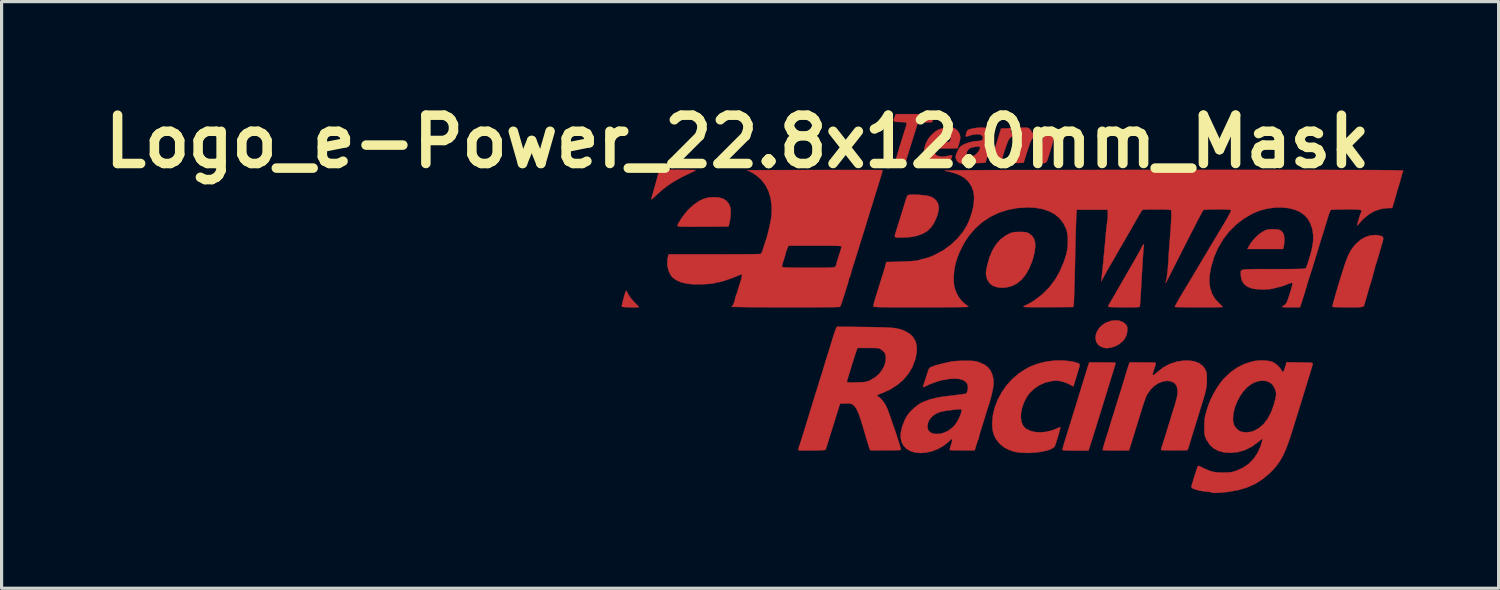
<source format=kicad_pcb>
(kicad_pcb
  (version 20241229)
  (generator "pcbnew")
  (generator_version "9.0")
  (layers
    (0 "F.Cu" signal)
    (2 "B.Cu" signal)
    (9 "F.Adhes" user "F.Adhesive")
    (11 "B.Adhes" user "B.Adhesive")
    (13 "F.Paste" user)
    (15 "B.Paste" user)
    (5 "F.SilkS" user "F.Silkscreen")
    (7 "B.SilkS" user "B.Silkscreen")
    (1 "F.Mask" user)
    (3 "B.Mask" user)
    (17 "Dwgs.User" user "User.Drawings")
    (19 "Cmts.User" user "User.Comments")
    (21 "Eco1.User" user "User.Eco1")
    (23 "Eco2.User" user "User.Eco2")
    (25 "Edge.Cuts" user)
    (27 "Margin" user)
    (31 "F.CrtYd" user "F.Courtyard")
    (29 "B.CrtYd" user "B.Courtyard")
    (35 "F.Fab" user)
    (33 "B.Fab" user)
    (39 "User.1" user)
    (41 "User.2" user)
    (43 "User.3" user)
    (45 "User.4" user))
  (footprint "Logo_e-Power_22.8x12.0mm_Mask"
    (layer "F.Cu")
    (at 28.854 6.498)
    (property "Reference" "Logo_e-Power_22.8x12.0mm_Mask" (at -8.636 -5.08 0) (layer "F.SilkS") (effects (font (size 1.524 1.524) (thickness 0.3))))
    (attr through_hole)
    (fp_poly (pts (xy 8.375 -2.312) (xy 8.463 -2.293) (xy 8.526 -2.256) (xy 8.572 -2.199) (xy 8.584 -2.178) (xy 8.603 -2.116) (xy 8.613 -2.026) (xy 8.613 -1.926) (xy 8.604 -1.829) (xy 8.593 -1.773) (xy 8.571 -1.693) (xy 7.448 -1.693) (xy 7.506 -1.801) (xy 7.587 -1.923) (xy 7.692 -2.045) (xy 7.808 -2.153) (xy 7.924 -2.236) (xy 7.941 -2.245) (xy 8.012 -2.282) (xy 8.07 -2.303) (xy 8.131 -2.314) (xy 8.211 -2.318) (xy 8.255 -2.318) (xy 8.375 -2.312)) (stroke (width 0.01) (type solid)) (fill yes) (layer "F.Cu"))
    (fp_poly (pts (xy -10.509 -4.19) (xy -10.336 -4.189) (xy -10.202 -4.188) (xy -10.101 -4.187) (xy -10.031 -4.185) (xy -9.988 -4.181) (xy -9.967 -4.176) (xy -9.964 -4.17) (xy -9.976 -4.162) (xy -9.991 -4.154) (xy -10.215 -4.049) (xy -10.407 -3.954) (xy -10.573 -3.863) (xy -10.721 -3.774) (xy -10.857 -3.679) (xy -10.989 -3.577) (xy -11.124 -3.46) (xy -11.258 -3.336) (xy -11.319 -3.282) (xy -11.353 -3.259) (xy -11.36 -3.269) (xy -11.36 -3.27) (xy -11.299 -3.482) (xy -11.243 -3.681) (xy -11.194 -3.858) (xy -11.159 -3.985) (xy -11.102 -4.191) (xy -10.509 -4.19)) (stroke (width 0.01) (type solid)) (fill yes) (layer "F.Cu"))
    (fp_poly (pts (xy -12.137 -0.362) (xy -12.111 -0.316) (xy -12.088 -0.27) (xy -12.045 -0.198) (xy -11.98 -0.113) (xy -11.903 -0.027) (xy -11.892 -0.016) (xy -11.83 0.047) (xy -11.781 0.098) (xy -11.753 0.131) (xy -11.748 0.138) (xy -11.767 0.144) (xy -11.819 0.148) (xy -11.894 0.149) (xy -11.983 0.149) (xy -12.075 0.146) (xy -12.161 0.143) (xy -12.231 0.137) (xy -12.276 0.131) (xy -12.288 0.127) (xy -12.287 0.1) (xy -12.277 0.044) (xy -12.259 -0.032) (xy -12.237 -0.118) (xy -12.213 -0.206) (xy -12.19 -0.284) (xy -12.17 -0.345) (xy -12.155 -0.377) (xy -12.152 -0.38) (xy -12.137 -0.362)) (stroke (width 0.01) (type solid)) (fill yes) (layer "F.Cu"))
    (fp_poly (pts (xy 3.404 0.568) (xy 3.518 0.611) (xy 3.592 0.667) (xy 3.637 0.719) (xy 3.657 0.771) (xy 3.662 0.837) (xy 3.646 0.981) (xy 3.597 1.104) (xy 3.531 1.196) (xy 3.405 1.308) (xy 3.256 1.385) (xy 3.138 1.417) (xy 3.064 1.43) (xy 3.015 1.436) (xy 2.974 1.433) (xy 2.925 1.423) (xy 2.905 1.419) (xy 2.799 1.376) (xy 2.723 1.309) (xy 2.676 1.224) (xy 2.657 1.127) (xy 2.665 1.022) (xy 2.701 0.915) (xy 2.764 0.812) (xy 2.853 0.72) (xy 2.967 0.642) (xy 2.991 0.629) (xy 3.133 0.577) (xy 3.273 0.557) (xy 3.404 0.568)) (stroke (width 0.01) (type solid)) (fill yes) (layer "F.Cu"))
    (fp_poly (pts (xy -9.377 -3.33) (xy -9.215 -3.316) (xy -9.086 -3.278) (xy -8.986 -3.213) (xy -8.912 -3.12) (xy -8.869 -3.018) (xy -8.855 -2.94) (xy -8.852 -2.835) (xy -8.859 -2.715) (xy -8.876 -2.593) (xy -8.894 -2.508) (xy -8.922 -2.402) (xy -9.719 -2.397) (xy -9.955 -2.396) (xy -10.151 -2.396) (xy -10.307 -2.398) (xy -10.422 -2.401) (xy -10.497 -2.406) (xy -10.529 -2.412) (xy -10.53 -2.413) (xy -10.528 -2.445) (xy -10.503 -2.502) (xy -10.459 -2.578) (xy -10.403 -2.665) (xy -10.337 -2.756) (xy -10.267 -2.845) (xy -10.197 -2.924) (xy -10.18 -2.941) (xy -10.019 -3.09) (xy -9.863 -3.2) (xy -9.708 -3.275) (xy -9.548 -3.318) (xy -9.377 -3.33) (xy -9.377 -3.33)) (stroke (width 0.01) (type solid)) (fill yes) (layer "F.Cu"))
    (fp_poly (pts (xy 0.379 -2.23) (xy 0.463 -2.221) (xy 0.527 -2.201) (xy 0.583 -2.168) (xy 0.642 -2.118) (xy 0.65 -2.111) (xy 0.714 -2.022) (xy 0.749 -1.903) (xy 0.755 -1.756) (xy 0.732 -1.582) (xy 0.681 -1.383) (xy 0.658 -1.311) (xy 0.562 -1.076) (xy 0.449 -0.879) (xy 0.32 -0.721) (xy 0.173 -0.602) (xy 0.01 -0.522) (xy -0.115 -0.489) (xy -0.228 -0.472) (xy -0.321 -0.47) (xy -0.416 -0.482) (xy -0.486 -0.497) (xy -0.606 -0.546) (xy -0.698 -0.627) (xy -0.762 -0.738) (xy -0.784 -0.812) (xy -0.796 -0.872) (xy -0.8 -0.926) (xy -0.796 -0.987) (xy -0.783 -1.066) (xy -0.765 -1.152) (xy -0.695 -1.414) (xy -0.601 -1.642) (xy -0.483 -1.836) (xy -0.343 -1.994) (xy -0.179 -2.117) (xy -0.089 -2.165) (xy -0.019 -2.197) (xy 0.04 -2.216) (xy 0.1 -2.227) (xy 0.178 -2.231) (xy 0.265 -2.232) (xy 0.379 -2.23)) (stroke (width 0.01) (type solid)) (fill yes) (layer "F.Cu"))
    (fp_poly (pts (xy -2.974 -3.406) (xy -2.859 -3.398) (xy -2.745 -3.386) (xy -2.641 -3.37) (xy -2.556 -3.349) (xy -2.529 -3.34) (xy -2.437 -3.286) (xy -2.358 -3.206) (xy -2.316 -3.135) (xy -2.291 -3.043) (xy -2.292 -2.937) (xy -2.318 -2.81) (xy -2.348 -2.716) (xy -2.428 -2.531) (xy -2.525 -2.382) (xy -2.645 -2.265) (xy -2.792 -2.176) (xy -2.97 -2.111) (xy -3.074 -2.087) (xy -3.159 -2.073) (xy -3.26 -2.063) (xy -3.366 -2.056) (xy -3.469 -2.054) (xy -3.56 -2.055) (xy -3.629 -2.061) (xy -3.668 -2.071) (xy -3.673 -2.075) (xy -3.675 -2.106) (xy -3.664 -2.162) (xy -3.654 -2.197) (xy -3.625 -2.29) (xy -3.586 -2.413) (xy -3.542 -2.555) (xy -3.495 -2.705) (xy -3.449 -2.854) (xy -3.407 -2.991) (xy -3.372 -3.105) (xy -3.354 -3.164) (xy -3.326 -3.251) (xy -3.301 -3.323) (xy -3.282 -3.37) (xy -3.275 -3.381) (xy -3.241 -3.397) (xy -3.173 -3.406) (xy -3.081 -3.409) (xy -2.974 -3.406)) (stroke (width 0.01) (type solid)) (fill yes) (layer "F.Cu"))
    (fp_poly (pts (xy -2.848 -5.948) (xy -2.708 -5.947) (xy -2.602 -5.946) (xy -2.525 -5.944) (xy -2.473 -5.94) (xy -2.441 -5.935) (xy -2.425 -5.928) (xy -2.421 -5.919) (xy -2.424 -5.911) (xy -2.44 -5.868) (xy -2.462 -5.806) (xy -2.47 -5.784) (xy -2.501 -5.695) (xy -2.723 -5.689) (xy -2.946 -5.683) (xy -3.019 -5.45) (xy -3.057 -5.331) (xy -3.097 -5.202) (xy -3.135 -5.083) (xy -3.152 -5.027) (xy -3.186 -4.918) (xy -3.226 -4.791) (xy -3.265 -4.666) (xy -3.28 -4.62) (xy -3.348 -4.403) (xy -3.505 -4.403) (xy -3.58 -4.405) (xy -3.636 -4.412) (xy -3.661 -4.421) (xy -3.662 -4.423) (xy -3.656 -4.458) (xy -3.638 -4.528) (xy -3.61 -4.628) (xy -3.574 -4.753) (xy -3.531 -4.897) (xy -3.482 -5.057) (xy -3.429 -5.225) (xy -3.375 -5.398) (xy -3.344 -5.494) (xy -3.316 -5.581) (xy -3.304 -5.638) (xy -3.314 -5.672) (xy -3.35 -5.689) (xy -3.418 -5.695) (xy -3.508 -5.698) (xy -3.61 -5.703) (xy -3.675 -5.711) (xy -3.707 -5.73) (xy -3.712 -5.765) (xy -3.695 -5.82) (xy -3.674 -5.874) (xy -3.643 -5.948) (xy -3.026 -5.948) (xy -2.848 -5.948)) (stroke (width 0.01) (type solid)) (fill yes) (layer "F.Cu"))
    (fp_poly (pts (xy 4.187 -1.832) (xy 4.182 -1.794) (xy 4.177 -1.756) (xy 4.169 -1.678) (xy 4.16 -1.558) (xy 4.149 -1.399) (xy 4.136 -1.2) (xy 4.122 -0.964) (xy 4.106 -0.69) (xy 4.089 -0.379) (xy 4.084 -0.298) (xy 4.077 -0.169) (xy 4.069 -0.056) (xy 4.062 0.037) (xy 4.056 0.101) (xy 4.051 0.13) (xy 4.051 0.131) (xy 4.027 0.137) (xy 3.968 0.141) (xy 3.881 0.145) (xy 3.774 0.147) (xy 3.654 0.148) (xy 3.529 0.148) (xy 3.404 0.147) (xy 3.289 0.144) (xy 3.189 0.141) (xy 3.113 0.137) (xy 3.068 0.131) (xy 3.059 0.128) (xy 3.062 0.099) (xy 3.083 0.05) (xy 3.097 0.027) (xy 3.122 -0.014) (xy 3.164 -0.086) (xy 3.22 -0.181) (xy 3.286 -0.294) (xy 3.358 -0.419) (xy 3.397 -0.487) (xy 3.47 -0.613) (xy 3.537 -0.731) (xy 3.596 -0.833) (xy 3.643 -0.914) (xy 3.674 -0.968) (xy 3.683 -0.984) (xy 3.794 -1.176) (xy 3.892 -1.347) (xy 3.975 -1.493) (xy 4.042 -1.613) (xy 4.09 -1.702) (xy 4.12 -1.76) (xy 4.126 -1.773) (xy 4.151 -1.819) (xy 4.174 -1.84) (xy 4.187 -1.832)) (stroke (width 0.01) (type solid)) (fill yes) (layer "F.Cu"))
    (fp_poly (pts (xy 11.652 -2.109) (xy 11.695 -2.092) (xy 11.721 -2.07) (xy 11.732 -2.036) (xy 11.728 -1.982) (xy 11.708 -1.901) (xy 11.676 -1.791) (xy 11.644 -1.683) (xy 11.609 -1.565) (xy 11.579 -1.462) (xy 11.579 -1.46) (xy 11.555 -1.379) (xy 11.533 -1.308) (xy 11.518 -1.263) (xy 11.516 -1.259) (xy 11.502 -1.217) (xy 11.482 -1.149) (xy 11.465 -1.085) (xy 11.439 -0.986) (xy 11.41 -0.877) (xy 11.395 -0.82) (xy 11.375 -0.744) (xy 11.356 -0.679) (xy 11.345 -0.646) (xy 11.331 -0.605) (xy 11.31 -0.538) (xy 11.287 -0.457) (xy 11.283 -0.445) (xy 11.253 -0.34) (xy 11.22 -0.226) (xy 11.195 -0.138) (xy 11.172 -0.058) (xy 11.152 0.01) (xy 11.14 0.052) (xy 11.14 0.053) (xy 11.131 0.083) (xy 11.118 0.106) (xy 11.096 0.123) (xy 11.06 0.134) (xy 11.004 0.142) (xy 10.924 0.146) (xy 10.813 0.148) (xy 10.667 0.148) (xy 10.614 0.148) (xy 10.444 0.147) (xy 10.308 0.144) (xy 10.209 0.14) (xy 10.148 0.133) (xy 10.128 0.126) (xy 10.131 0.102) (xy 10.145 0.042) (xy 10.169 -0.048) (xy 10.201 -0.163) (xy 10.24 -0.297) (xy 10.284 -0.447) (xy 10.332 -0.606) (xy 10.382 -0.77) (xy 10.433 -0.933) (xy 10.483 -1.09) (xy 10.531 -1.237) (xy 10.545 -1.281) (xy 10.627 -1.491) (xy 10.722 -1.668) (xy 10.836 -1.819) (xy 10.889 -1.874) (xy 11.032 -1.993) (xy 11.187 -2.077) (xy 11.347 -2.125) (xy 11.508 -2.135) (xy 11.652 -2.109)) (stroke (width 0.01) (type solid)) (fill yes) (layer "F.Cu"))
    (fp_poly (pts (xy 2.994 1.884) (xy 3.106 1.886) (xy 3.196 1.888) (xy 3.258 1.892) (xy 3.285 1.895) (xy 3.285 1.895) (xy 3.284 1.919) (xy 3.272 1.974) (xy 3.251 2.049) (xy 3.238 2.091) (xy 3.205 2.196) (xy 3.166 2.32) (xy 3.128 2.444) (xy 3.112 2.498) (xy 3.073 2.624) (xy 3.022 2.787) (xy 2.961 2.987) (xy 2.889 3.22) (xy 2.807 3.483) (xy 2.774 3.588) (xy 2.752 3.66) (xy 2.721 3.758) (xy 2.687 3.87) (xy 2.656 3.969) (xy 2.617 4.095) (xy 2.573 4.235) (xy 2.531 4.367) (xy 2.506 4.445) (xy 2.434 4.667) (xy 2.03 4.667) (xy 1.904 4.666) (xy 1.792 4.664) (xy 1.703 4.661) (xy 1.642 4.656) (xy 1.616 4.651) (xy 1.616 4.651) (xy 1.615 4.63) (xy 1.625 4.582) (xy 1.646 4.504) (xy 1.679 4.393) (xy 1.724 4.246) (xy 1.738 4.202) (xy 1.76 4.132) (xy 1.79 4.034) (xy 1.825 3.921) (xy 1.861 3.806) (xy 1.863 3.799) (xy 1.898 3.684) (xy 1.933 3.571) (xy 1.964 3.472) (xy 1.987 3.4) (xy 1.988 3.397) (xy 2.011 3.321) (xy 2.043 3.221) (xy 2.076 3.111) (xy 2.096 3.048) (xy 2.132 2.93) (xy 2.172 2.801) (xy 2.208 2.681) (xy 2.223 2.635) (xy 2.256 2.528) (xy 2.294 2.401) (xy 2.333 2.275) (xy 2.349 2.223) (xy 2.379 2.125) (xy 2.406 2.038) (xy 2.428 1.971) (xy 2.438 1.942) (xy 2.46 1.884) (xy 2.867 1.884) (xy 2.994 1.884)) (stroke (width 0.01) (type solid)) (fill yes) (layer "F.Cu"))
    (fp_poly (pts (xy -1.857 -5.52) (xy -1.812 -5.509) (xy -1.772 -5.488) (xy -1.757 -5.478) (xy -1.681 -5.406) (xy -1.628 -5.313) (xy -1.609 -5.216) (xy -1.609 -5.215) (xy -1.615 -5.16) (xy -1.631 -5.082) (xy -1.652 -5.009) (xy -1.695 -4.869) (xy -2.059 -4.864) (xy -2.424 -4.858) (xy -2.43 -4.798) (xy -2.422 -4.72) (xy -2.379 -4.661) (xy -2.304 -4.623) (xy -2.202 -4.608) (xy -2.076 -4.617) (xy -2.03 -4.625) (xy -1.955 -4.64) (xy -1.898 -4.648) (xy -1.87 -4.649) (xy -1.869 -4.648) (xy -1.869 -4.625) (xy -1.882 -4.576) (xy -1.89 -4.549) (xy -1.917 -4.492) (xy -1.959 -4.451) (xy -2.021 -4.422) (xy -2.11 -4.403) (xy -2.232 -4.392) (xy -2.286 -4.389) (xy -2.388 -4.386) (xy -2.461 -4.388) (xy -2.516 -4.398) (xy -2.566 -4.417) (xy -2.577 -4.422) (xy -2.671 -4.487) (xy -2.733 -4.577) (xy -2.76 -4.69) (xy -2.753 -4.823) (xy -2.741 -4.879) (xy -2.69 -5.034) (xy -2.658 -5.097) (xy -2.349 -5.097) (xy -2.333 -5.075) (xy -2.284 -5.063) (xy -2.198 -5.059) (xy -2.15 -5.059) (xy -2.067 -5.061) (xy -1.999 -5.066) (xy -1.959 -5.073) (xy -1.954 -5.075) (xy -1.926 -5.114) (xy -1.913 -5.173) (xy -1.918 -5.23) (xy -1.924 -5.244) (xy -1.959 -5.282) (xy -2.008 -5.312) (xy -2.054 -5.325) (xy -2.097 -5.319) (xy -2.154 -5.294) (xy -2.222 -5.25) (xy -2.284 -5.196) (xy -2.294 -5.185) (xy -2.334 -5.132) (xy -2.349 -5.097) (xy -2.658 -5.097) (xy -2.626 -5.16) (xy -2.539 -5.271) (xy -2.509 -5.302) (xy -2.394 -5.403) (xy -2.279 -5.469) (xy -2.151 -5.506) (xy -2.011 -5.521) (xy -1.919 -5.523) (xy -1.857 -5.52)) (stroke (width 0.01) (type solid)) (fill yes) (layer "F.Cu"))
    (fp_poly (pts (xy -0.813 -5.515) (xy -0.712 -5.486) (xy -0.642 -5.434) (xy -0.603 -5.357) (xy -0.593 -5.253) (xy -0.61 -5.12) (xy -0.648 -4.974) (xy -0.681 -4.864) (xy -0.719 -4.738) (xy -0.754 -4.62) (xy -0.759 -4.604) (xy -0.815 -4.413) (xy -0.97 -4.407) (xy -1.126 -4.401) (xy -1.111 -4.465) (xy -1.105 -4.51) (xy -1.108 -4.53) (xy -1.108 -4.53) (xy -1.13 -4.519) (xy -1.178 -4.493) (xy -1.228 -4.462) (xy -1.33 -4.414) (xy -1.439 -4.387) (xy -1.544 -4.384) (xy -1.631 -4.404) (xy -1.655 -4.417) (xy -1.719 -4.479) (xy -1.753 -4.56) (xy -1.757 -4.596) (xy -1.747 -4.65) (xy -1.732 -4.692) (xy -1.413 -4.692) (xy -1.384 -4.64) (xy -1.355 -4.62) (xy -1.316 -4.601) (xy -1.3 -4.593) (xy -1.28 -4.599) (xy -1.236 -4.614) (xy -1.226 -4.617) (xy -1.124 -4.671) (xy -1.043 -4.759) (xy -1.012 -4.813) (xy -0.987 -4.871) (xy -0.988 -4.907) (xy -1.017 -4.923) (xy -1.08 -4.923) (xy -1.157 -4.913) (xy -1.241 -4.897) (xy -1.298 -4.877) (xy -1.341 -4.846) (xy -1.361 -4.825) (xy -1.405 -4.756) (xy -1.413 -4.692) (xy -1.732 -4.692) (xy -1.72 -4.724) (xy -1.685 -4.804) (xy -1.646 -4.873) (xy -1.621 -4.908) (xy -1.551 -4.964) (xy -1.449 -5.014) (xy -1.327 -5.056) (xy -1.193 -5.086) (xy -1.06 -5.1) (xy -1.024 -5.101) (xy -0.948 -5.114) (xy -0.904 -5.15) (xy -0.895 -5.207) (xy -0.9 -5.229) (xy -0.937 -5.28) (xy -1.005 -5.309) (xy -1.099 -5.315) (xy -1.214 -5.299) (xy -1.305 -5.273) (xy -1.371 -5.252) (xy -1.418 -5.24) (xy -1.435 -5.238) (xy -1.437 -5.264) (xy -1.429 -5.313) (xy -1.414 -5.369) (xy -1.397 -5.416) (xy -1.389 -5.429) (xy -1.349 -5.457) (xy -1.276 -5.482) (xy -1.179 -5.503) (xy -1.068 -5.518) (xy -0.952 -5.524) (xy -0.946 -5.524) (xy -0.813 -5.515)) (stroke (width 0.01) (type solid)) (fill yes) (layer "F.Cu"))
    (fp_poly (pts (xy 1.864 1.847) (xy 2.024 1.882) (xy 2.101 1.906) (xy 2.143 1.93) (xy 2.157 1.962) (xy 2.15 2.01) (xy 2.145 2.026) (xy 2.126 2.091) (xy 2.101 2.176) (xy 2.072 2.273) (xy 2.041 2.374) (xy 2.012 2.469) (xy 1.987 2.551) (xy 1.968 2.61) (xy 1.958 2.64) (xy 1.957 2.642) (xy 1.938 2.635) (xy 1.894 2.611) (xy 1.847 2.584) (xy 1.77 2.545) (xy 1.674 2.509) (xy 1.587 2.484) (xy 1.498 2.466) (xy 1.424 2.46) (xy 1.347 2.464) (xy 1.261 2.475) (xy 1.063 2.524) (xy 0.878 2.607) (xy 0.712 2.72) (xy 0.572 2.857) (xy 0.488 2.973) (xy 0.402 3.141) (xy 0.341 3.309) (xy 0.307 3.471) (xy 0.3 3.622) (xy 0.319 3.757) (xy 0.366 3.871) (xy 0.44 3.959) (xy 0.46 3.975) (xy 0.586 4.04) (xy 0.736 4.079) (xy 0.905 4.091) (xy 1.082 4.077) (xy 1.262 4.037) (xy 1.435 3.97) (xy 1.466 3.955) (xy 1.516 3.932) (xy 1.539 3.928) (xy 1.545 3.944) (xy 1.545 3.95) (xy 1.539 3.981) (xy 1.523 4.043) (xy 1.5 4.126) (xy 1.472 4.222) (xy 1.442 4.319) (xy 1.414 4.41) (xy 1.389 4.484) (xy 1.375 4.524) (xy 1.335 4.572) (xy 1.259 4.616) (xy 1.154 4.655) (xy 1.026 4.687) (xy 0.881 4.713) (xy 0.725 4.73) (xy 0.565 4.74) (xy 0.408 4.739) (xy 0.258 4.729) (xy 0.124 4.707) (xy 0.062 4.692) (xy -0.096 4.635) (xy -0.225 4.566) (xy -0.337 4.476) (xy -0.394 4.417) (xy -0.486 4.3) (xy -0.549 4.177) (xy -0.586 4.038) (xy -0.602 3.874) (xy -0.603 3.81) (xy -0.583 3.56) (xy -0.524 3.309) (xy -0.429 3.062) (xy -0.302 2.825) (xy -0.146 2.604) (xy 0.037 2.404) (xy 0.243 2.23) (xy 0.325 2.173) (xy 0.417 2.115) (xy 0.512 2.06) (xy 0.594 2.017) (xy 0.617 2.006) (xy 0.849 1.92) (xy 1.1 1.86) (xy 1.359 1.827) (xy 1.617 1.823) (xy 1.864 1.847)) (stroke (width 0.01) (type solid)) (fill yes) (layer "F.Cu"))
    (fp_poly (pts (xy 1.196 -5.518) (xy 1.26 -5.501) (xy 1.304 -5.466) (xy 1.33 -5.425) (xy 1.347 -5.381) (xy 1.354 -5.327) (xy 1.35 -5.257) (xy 1.334 -5.167) (xy 1.306 -5.052) (xy 1.265 -4.906) (xy 1.218 -4.752) (xy 1.179 -4.626) (xy 1.15 -4.534) (xy 1.126 -4.471) (xy 1.104 -4.432) (xy 1.078 -4.411) (xy 1.045 -4.403) (xy 1 -4.402) (xy 0.941 -4.403) (xy 0.86 -4.403) (xy 0.813 -4.407) (xy 0.792 -4.416) (xy 0.79 -4.433) (xy 0.795 -4.45) (xy 0.848 -4.626) (xy 0.893 -4.772) (xy 0.935 -4.902) (xy 0.944 -4.927) (xy 0.979 -5.048) (xy 0.994 -5.139) (xy 0.987 -5.204) (xy 0.958 -5.249) (xy 0.941 -5.262) (xy 0.897 -5.284) (xy 0.852 -5.285) (xy 0.805 -5.273) (xy 0.754 -5.255) (xy 0.711 -5.229) (xy 0.673 -5.192) (xy 0.637 -5.139) (xy 0.602 -5.064) (xy 0.563 -4.962) (xy 0.519 -4.829) (xy 0.471 -4.678) (xy 0.39 -4.413) (xy 0.227 -4.407) (xy 0.15 -4.405) (xy 0.092 -4.406) (xy 0.065 -4.41) (xy 0.064 -4.411) (xy 0.07 -4.433) (xy 0.086 -4.489) (xy 0.112 -4.571) (xy 0.143 -4.67) (xy 0.16 -4.724) (xy 0.195 -4.839) (xy 0.227 -4.949) (xy 0.251 -5.043) (xy 0.266 -5.11) (xy 0.268 -5.125) (xy 0.273 -5.188) (xy 0.265 -5.224) (xy 0.239 -5.251) (xy 0.226 -5.26) (xy 0.152 -5.284) (xy 0.07 -5.27) (xy -0.015 -5.219) (xy -0.019 -5.216) (xy -0.05 -5.184) (xy -0.08 -5.141) (xy -0.11 -5.079) (xy -0.144 -4.995) (xy -0.184 -4.883) (xy -0.231 -4.736) (xy -0.249 -4.678) (xy -0.332 -4.413) (xy -0.482 -4.407) (xy -0.557 -4.406) (xy -0.614 -4.41) (xy -0.641 -4.417) (xy -0.642 -4.418) (xy -0.643 -4.427) (xy -0.641 -4.445) (xy -0.634 -4.478) (xy -0.62 -4.528) (xy -0.599 -4.6) (xy -0.569 -4.698) (xy -0.53 -4.826) (xy -0.48 -4.988) (xy -0.441 -5.112) (xy -0.41 -5.211) (xy -0.382 -5.304) (xy -0.359 -5.379) (xy -0.35 -5.408) (xy -0.325 -5.493) (xy -0.161 -5.499) (xy 0.002 -5.505) (xy -0.012 -5.428) (xy -0.019 -5.388) (xy -0.019 -5.368) (xy -0.004 -5.367) (xy 0.032 -5.387) (xy 0.094 -5.429) (xy 0.125 -5.45) (xy 0.187 -5.487) (xy 0.247 -5.508) (xy 0.325 -5.518) (xy 0.369 -5.521) (xy 0.452 -5.523) (xy 0.508 -5.518) (xy 0.548 -5.503) (xy 0.577 -5.483) (xy 0.616 -5.44) (xy 0.635 -5.399) (xy 0.635 -5.396) (xy 0.647 -5.362) (xy 0.682 -5.36) (xy 0.733 -5.392) (xy 0.743 -5.4) (xy 0.86 -5.476) (xy 1 -5.516) (xy 1.101 -5.523) (xy 1.196 -5.518)) (stroke (width 0.01) (type solid)) (fill yes) (layer "F.Cu"))
    (fp_poly (pts (xy 5.633 1.828) (xy 5.797 1.858) (xy 5.935 1.916) (xy 6.044 2.001) (xy 6.12 2.109) (xy 6.143 2.163) (xy 6.158 2.214) (xy 6.166 2.277) (xy 6.168 2.362) (xy 6.168 2.434) (xy 6.165 2.546) (xy 6.156 2.647) (xy 6.14 2.747) (xy 6.113 2.859) (xy 6.074 2.994) (xy 6.058 3.048) (xy 6.022 3.164) (xy 5.981 3.298) (xy 5.936 3.441) (xy 5.893 3.583) (xy 5.852 3.713) (xy 5.818 3.822) (xy 5.796 3.895) (xy 5.737 4.085) (xy 5.675 4.288) (xy 5.623 4.462) (xy 5.599 4.543) (xy 5.577 4.607) (xy 5.563 4.644) (xy 5.56 4.649) (xy 5.536 4.653) (xy 5.478 4.656) (xy 5.394 4.658) (xy 5.291 4.659) (xy 5.177 4.659) (xy 5.062 4.659) (xy 4.952 4.658) (xy 4.855 4.656) (xy 4.78 4.654) (xy 4.735 4.65) (xy 4.726 4.648) (xy 4.725 4.623) (xy 4.738 4.573) (xy 4.747 4.546) (xy 4.765 4.492) (xy 4.793 4.408) (xy 4.825 4.305) (xy 4.86 4.193) (xy 4.867 4.17) (xy 4.983 3.793) (xy 5.1 3.411) (xy 5.144 3.27) (xy 5.19 3.118) (xy 5.221 2.997) (xy 5.239 2.9) (xy 5.247 2.82) (xy 5.244 2.748) (xy 5.217 2.634) (xy 5.16 2.549) (xy 5.073 2.494) (xy 4.956 2.469) (xy 4.909 2.467) (xy 4.772 2.487) (xy 4.635 2.543) (xy 4.504 2.632) (xy 4.386 2.75) (xy 4.29 2.886) (xy 4.262 2.943) (xy 4.228 3.028) (xy 4.186 3.145) (xy 4.137 3.296) (xy 4.078 3.484) (xy 4.055 3.556) (xy 4.037 3.617) (xy 4.008 3.71) (xy 3.972 3.827) (xy 3.931 3.959) (xy 3.889 4.097) (xy 3.847 4.233) (xy 3.808 4.358) (xy 3.775 4.464) (xy 3.751 4.543) (xy 3.749 4.548) (xy 3.714 4.661) (xy 3.305 4.664) (xy 3.178 4.664) (xy 3.066 4.663) (xy 2.975 4.66) (xy 2.913 4.656) (xy 2.886 4.652) (xy 2.886 4.651) (xy 2.887 4.622) (xy 2.902 4.555) (xy 2.931 4.454) (xy 2.972 4.32) (xy 3.006 4.212) (xy 3.029 4.141) (xy 3.059 4.045) (xy 3.092 3.938) (xy 3.111 3.873) (xy 3.14 3.777) (xy 3.167 3.691) (xy 3.187 3.626) (xy 3.196 3.598) (xy 3.21 3.557) (xy 3.232 3.485) (xy 3.26 3.395) (xy 3.281 3.323) (xy 3.314 3.217) (xy 3.346 3.113) (xy 3.374 3.024) (xy 3.387 2.985) (xy 3.409 2.914) (xy 3.44 2.817) (xy 3.473 2.71) (xy 3.492 2.646) (xy 3.559 2.425) (xy 3.614 2.244) (xy 3.657 2.104) (xy 3.689 2.005) (xy 3.708 1.946) (xy 3.71 1.942) (xy 3.73 1.884) (xy 4.137 1.884) (xy 4.264 1.884) (xy 4.376 1.886) (xy 4.466 1.888) (xy 4.528 1.892) (xy 4.555 1.895) (xy 4.555 1.895) (xy 4.555 1.92) (xy 4.544 1.973) (xy 4.525 2.038) (xy 4.492 2.142) (xy 4.471 2.211) (xy 4.46 2.254) (xy 4.458 2.276) (xy 4.463 2.285) (xy 4.475 2.286) (xy 4.476 2.286) (xy 4.506 2.272) (xy 4.554 2.237) (xy 4.597 2.199) (xy 4.786 2.048) (xy 4.991 1.936) (xy 5.212 1.862) (xy 5.445 1.827) (xy 5.633 1.828)) (stroke (width 0.01) (type solid)) (fill yes) (layer "F.Cu"))
    (fp_poly (pts (xy -1.335 1.833) (xy -1.241 1.836) (xy -1.169 1.843) (xy -1.108 1.854) (xy -1.048 1.871) (xy -1.003 1.887) (xy -0.855 1.952) (xy -0.743 2.032) (xy -0.661 2.132) (xy -0.603 2.26) (xy -0.573 2.376) (xy -0.56 2.465) (xy -0.56 2.557) (xy -0.572 2.662) (xy -0.589 2.76) (xy -0.615 2.877) (xy -0.645 3) (xy -0.676 3.115) (xy -0.706 3.209) (xy -0.718 3.243) (xy -0.731 3.281) (xy -0.753 3.35) (xy -0.782 3.441) (xy -0.813 3.544) (xy -0.816 3.556) (xy -0.853 3.678) (xy -0.893 3.806) (xy -0.93 3.924) (xy -0.956 4.005) (xy -0.983 4.09) (xy -1.003 4.162) (xy -1.015 4.21) (xy -1.016 4.221) (xy -1.024 4.261) (xy -1.044 4.317) (xy -1.046 4.323) (xy -1.069 4.382) (xy -1.096 4.461) (xy -1.114 4.519) (xy -1.133 4.586) (xy -1.149 4.635) (xy -1.156 4.654) (xy -1.178 4.657) (xy -1.235 4.659) (xy -1.317 4.66) (xy -1.418 4.66) (xy -1.528 4.66) (xy -1.639 4.659) (xy -1.744 4.658) (xy -1.834 4.656) (xy -1.901 4.653) (xy -1.937 4.65) (xy -1.941 4.649) (xy -1.94 4.625) (xy -1.929 4.572) (xy -1.908 4.502) (xy -1.907 4.5) (xy -1.876 4.395) (xy -1.863 4.327) (xy -1.869 4.298) (xy -1.873 4.297) (xy -1.893 4.31) (xy -1.934 4.345) (xy -1.982 4.39) (xy -2.137 4.514) (xy -2.311 4.613) (xy -2.495 4.685) (xy -2.684 4.73) (xy -2.868 4.744) (xy -3.043 4.725) (xy -3.164 4.689) (xy -3.298 4.615) (xy -3.397 4.518) (xy -3.461 4.398) (xy -3.491 4.257) (xy -3.485 4.095) (xy -3.447 3.926) (xy -2.646 3.926) (xy -2.627 4.012) (xy -2.576 4.078) (xy -2.495 4.122) (xy -2.392 4.143) (xy -2.27 4.139) (xy -2.158 4.115) (xy -1.999 4.046) (xy -1.855 3.938) (xy -1.788 3.868) (xy -1.735 3.797) (xy -1.684 3.711) (xy -1.637 3.617) (xy -1.6 3.527) (xy -1.576 3.448) (xy -1.569 3.39) (xy -1.574 3.37) (xy -1.584 3.363) (xy -1.606 3.361) (xy -1.646 3.362) (xy -1.709 3.367) (xy -1.8 3.377) (xy -1.924 3.392) (xy -2.05 3.408) (xy -2.221 3.441) (xy -2.36 3.493) (xy -2.472 3.567) (xy -2.533 3.627) (xy -2.6 3.718) (xy -2.635 3.81) (xy -2.646 3.921) (xy -2.646 3.926) (xy -3.447 3.926) (xy -3.445 3.915) (xy -3.368 3.717) (xy -3.363 3.706) (xy -3.312 3.605) (xy -3.257 3.522) (xy -3.189 3.441) (xy -3.126 3.378) (xy -3.044 3.304) (xy -2.955 3.234) (xy -2.875 3.179) (xy -2.846 3.162) (xy -2.715 3.105) (xy -2.558 3.051) (xy -2.387 3.006) (xy -2.217 2.974) (xy -2.159 2.966) (xy -2.013 2.948) (xy -1.869 2.93) (xy -1.736 2.913) (xy -1.618 2.898) (xy -1.523 2.885) (xy -1.457 2.875) (xy -1.427 2.869) (xy -1.426 2.869) (xy -1.408 2.845) (xy -1.387 2.795) (xy -1.379 2.766) (xy -1.367 2.654) (xy -1.391 2.56) (xy -1.45 2.487) (xy -1.541 2.435) (xy -1.663 2.404) (xy -1.815 2.396) (xy -1.993 2.41) (xy -2.198 2.447) (xy -2.293 2.474) (xy -2.405 2.511) (xy -2.521 2.554) (xy -2.625 2.597) (xy -2.704 2.636) (xy -2.714 2.641) (xy -2.756 2.662) (xy -2.781 2.666) (xy -2.782 2.665) (xy -2.78 2.642) (xy -2.767 2.589) (xy -2.745 2.518) (xy -2.741 2.508) (xy -2.708 2.406) (xy -2.67 2.291) (xy -2.644 2.208) (xy -2.617 2.127) (xy -2.593 2.077) (xy -2.567 2.049) (xy -2.531 2.031) (xy -2.471 2.008) (xy -2.424 1.988) (xy -2.38 1.974) (xy -2.302 1.953) (xy -2.195 1.927) (xy -2.066 1.897) (xy -1.922 1.865) (xy -1.894 1.859) (xy -1.824 1.849) (xy -1.722 1.84) (xy -1.602 1.835) (xy -1.476 1.832) (xy -1.46 1.832) (xy -1.335 1.833)) (stroke (width 0.01) (type solid)) (fill yes) (layer "F.Cu"))
    (fp_poly (pts (xy 7.966 1.823) (xy 8.103 1.836) (xy 8.217 1.861) (xy 8.22 1.862) (xy 8.305 1.905) (xy 8.393 1.972) (xy 8.47 2.051) (xy 8.518 2.124) (xy 8.544 2.169) (xy 8.566 2.189) (xy 8.571 2.188) (xy 8.594 2.156) (xy 8.621 2.091) (xy 8.65 1.998) (xy 8.657 1.97) (xy 8.68 1.879) (xy 9.097 1.885) (xy 9.24 1.887) (xy 9.345 1.89) (xy 9.42 1.893) (xy 9.468 1.897) (xy 9.495 1.904) (xy 9.507 1.914) (xy 9.509 1.926) (xy 9.508 1.933) (xy 9.5 1.968) (xy 9.481 2.035) (xy 9.455 2.125) (xy 9.424 2.228) (xy 9.417 2.251) (xy 9.378 2.378) (xy 9.336 2.514) (xy 9.296 2.642) (xy 9.267 2.738) (xy 9.231 2.855) (xy 9.191 2.984) (xy 9.154 3.103) (xy 9.143 3.14) (xy 9.069 3.378) (xy 9.005 3.584) (xy 8.948 3.768) (xy 8.896 3.936) (xy 8.891 3.955) (xy 8.81 4.21) (xy 8.736 4.428) (xy 8.664 4.616) (xy 8.593 4.778) (xy 8.52 4.919) (xy 8.441 5.045) (xy 8.354 5.161) (xy 8.257 5.273) (xy 8.147 5.384) (xy 8.144 5.387) (xy 7.931 5.565) (xy 7.701 5.711) (xy 7.448 5.825) (xy 7.169 5.91) (xy 6.861 5.966) (xy 6.843 5.968) (xy 6.688 5.986) (xy 6.553 5.997) (xy 6.444 6.001) (xy 6.368 5.999) (xy 6.329 5.99) (xy 6.293 5.979) (xy 6.228 5.968) (xy 6.149 5.959) (xy 6.144 5.959) (xy 6.031 5.945) (xy 5.918 5.923) (xy 5.817 5.896) (xy 5.739 5.867) (xy 5.709 5.85) (xy 5.69 5.833) (xy 5.682 5.812) (xy 5.687 5.775) (xy 5.704 5.714) (xy 5.715 5.677) (xy 5.769 5.501) (xy 5.812 5.365) (xy 5.845 5.264) (xy 5.869 5.196) (xy 5.884 5.16) (xy 5.888 5.153) (xy 5.913 5.152) (xy 5.961 5.17) (xy 5.996 5.189) (xy 6.063 5.223) (xy 6.152 5.262) (xy 6.246 5.298) (xy 6.257 5.302) (xy 6.337 5.328) (xy 6.408 5.344) (xy 6.482 5.354) (xy 6.573 5.358) (xy 6.678 5.359) (xy 6.795 5.358) (xy 6.884 5.353) (xy 6.957 5.343) (xy 7.028 5.325) (xy 7.099 5.302) (xy 7.308 5.209) (xy 7.49 5.083) (xy 7.645 4.925) (xy 7.77 4.738) (xy 7.867 4.521) (xy 7.895 4.43) (xy 7.913 4.362) (xy 7.922 4.313) (xy 7.92 4.294) (xy 7.92 4.294) (xy 7.898 4.307) (xy 7.853 4.341) (xy 7.793 4.389) (xy 7.775 4.405) (xy 7.576 4.548) (xy 7.365 4.652) (xy 7.142 4.715) (xy 6.91 4.738) (xy 6.9 4.738) (xy 6.699 4.722) (xy 6.525 4.673) (xy 6.378 4.592) (xy 6.257 4.479) (xy 6.162 4.332) (xy 6.155 4.318) (xy 6.127 4.257) (xy 6.108 4.207) (xy 6.096 4.156) (xy 6.09 4.094) (xy 6.088 4.01) (xy 6.088 3.912) (xy 6.09 3.8) (xy 6.096 3.707) (xy 6.101 3.663) (xy 6.991 3.663) (xy 6.998 3.765) (xy 7.031 3.872) (xy 7.098 3.968) (xy 7.187 4.041) (xy 7.248 4.07) (xy 7.346 4.088) (xy 7.463 4.088) (xy 7.58 4.069) (xy 7.652 4.046) (xy 7.818 3.953) (xy 7.965 3.823) (xy 8.091 3.656) (xy 8.198 3.453) (xy 8.283 3.214) (xy 8.32 3.073) (xy 8.341 2.981) (xy 8.352 2.916) (xy 8.354 2.867) (xy 8.346 2.819) (xy 8.331 2.76) (xy 8.329 2.756) (xy 8.275 2.636) (xy 8.195 2.546) (xy 8.092 2.487) (xy 7.971 2.461) (xy 7.836 2.467) (xy 7.692 2.508) (xy 7.584 2.56) (xy 7.451 2.658) (xy 7.327 2.789) (xy 7.217 2.945) (xy 7.124 3.119) (xy 7.053 3.302) (xy 7.007 3.486) (xy 6.991 3.663) (xy 6.101 3.663) (xy 6.107 3.62) (xy 6.126 3.53) (xy 6.155 3.426) (xy 6.195 3.298) (xy 6.216 3.235) (xy 6.279 3.074) (xy 6.364 2.899) (xy 6.465 2.724) (xy 6.573 2.56) (xy 6.68 2.423) (xy 6.704 2.396) (xy 6.909 2.201) (xy 7.129 2.045) (xy 7.365 1.929) (xy 7.617 1.852) (xy 7.694 1.836) (xy 7.824 1.823) (xy 7.966 1.823)) (stroke (width 0.01) (type solid)) (fill yes) (layer "F.Cu"))
    (fp_poly (pts (xy -4.628 0.768) (xy -4.391 0.771) (xy -4.192 0.775) (xy -4.025 0.779) (xy -3.888 0.785) (xy -3.774 0.793) (xy -3.68 0.802) (xy -3.601 0.815) (xy -3.532 0.831) (xy -3.47 0.85) (xy -3.408 0.874) (xy -3.347 0.9) (xy -3.204 0.984) (xy -3.095 1.092) (xy -3.022 1.222) (xy -2.985 1.374) (xy -2.983 1.547) (xy -3.017 1.74) (xy -3.038 1.813) (xy -3.13 2.047) (xy -3.256 2.254) (xy -3.415 2.439) (xy -3.582 2.583) (xy -3.817 2.736) (xy -4.063 2.848) (xy -4.122 2.869) (xy -4.186 2.894) (xy -4.225 2.92) (xy -4.233 2.934) (xy -4.217 2.961) (xy -4.204 2.963) (xy -4.168 2.98) (xy -4.118 3.026) (xy -4.061 3.092) (xy -4.005 3.169) (xy -3.957 3.249) (xy -3.938 3.287) (xy -3.905 3.363) (xy -3.866 3.465) (xy -3.825 3.577) (xy -3.8 3.651) (xy -3.768 3.748) (xy -3.739 3.833) (xy -3.717 3.897) (xy -3.706 3.926) (xy -3.689 3.971) (xy -3.664 4.044) (xy -3.634 4.136) (xy -3.601 4.239) (xy -3.567 4.344) (xy -3.536 4.444) (xy -3.509 4.531) (xy -3.491 4.595) (xy -3.482 4.629) (xy -3.482 4.632) (xy -3.49 4.641) (xy -3.517 4.648) (xy -3.568 4.653) (xy -3.646 4.656) (xy -3.757 4.658) (xy -3.904 4.659) (xy -3.953 4.659) (xy -4.09 4.658) (xy -4.214 4.658) (xy -4.316 4.658) (xy -4.392 4.658) (xy -4.435 4.657) (xy -4.442 4.657) (xy -4.451 4.649) (xy -4.464 4.623) (xy -4.483 4.574) (xy -4.507 4.502) (xy -4.538 4.401) (xy -4.578 4.268) (xy -4.627 4.101) (xy -4.678 3.926) (xy -4.738 3.728) (xy -4.792 3.568) (xy -4.842 3.442) (xy -4.889 3.346) (xy -4.936 3.277) (xy -4.985 3.229) (xy -4.994 3.222) (xy -5.038 3.197) (xy -5.083 3.183) (xy -5.142 3.178) (xy -5.23 3.179) (xy -5.235 3.18) (xy -5.402 3.186) (xy -5.43 3.27) (xy -5.446 3.322) (xy -5.472 3.404) (xy -5.504 3.505) (xy -5.538 3.616) (xy -5.546 3.641) (xy -5.585 3.767) (xy -5.626 3.901) (xy -5.665 4.026) (xy -5.697 4.127) (xy -5.697 4.128) (xy -5.731 4.236) (xy -5.766 4.349) (xy -5.797 4.449) (xy -5.806 4.477) (xy -5.83 4.552) (xy -5.851 4.61) (xy -5.864 4.641) (xy -5.865 4.642) (xy -5.889 4.647) (xy -5.948 4.652) (xy -6.033 4.657) (xy -6.137 4.66) (xy -6.251 4.662) (xy -6.368 4.664) (xy -6.479 4.664) (xy -6.577 4.663) (xy -6.654 4.661) (xy -6.702 4.657) (xy -6.713 4.655) (xy -6.72 4.627) (xy -6.707 4.572) (xy -6.702 4.559) (xy -6.681 4.5) (xy -6.65 4.404) (xy -6.609 4.277) (xy -6.561 4.122) (xy -6.506 3.944) (xy -6.446 3.748) (xy -6.426 3.683) (xy -6.393 3.575) (xy -6.362 3.471) (xy -6.335 3.384) (xy -6.319 3.334) (xy -6.295 3.258) (xy -6.274 3.189) (xy -6.266 3.164) (xy -6.252 3.117) (xy -6.228 3.038) (xy -6.196 2.934) (xy -6.159 2.816) (xy -6.12 2.69) (xy -6.081 2.565) (xy -6.059 2.494) (xy -5.186 2.494) (xy -5.179 2.505) (xy -5.153 2.513) (xy -5.103 2.517) (xy -5.023 2.518) (xy -4.908 2.516) (xy -4.884 2.515) (xy -4.761 2.512) (xy -4.672 2.507) (xy -4.605 2.499) (xy -4.552 2.487) (xy -4.503 2.47) (xy -4.461 2.451) (xy -4.298 2.357) (xy -4.166 2.24) (xy -4.087 2.138) (xy -4.009 1.999) (xy -3.968 1.863) (xy -3.958 1.75) (xy -3.968 1.648) (xy -4.003 1.571) (xy -4.069 1.506) (xy -4.093 1.488) (xy -4.127 1.466) (xy -4.158 1.45) (xy -4.194 1.44) (xy -4.243 1.433) (xy -4.312 1.43) (xy -4.41 1.429) (xy -4.517 1.429) (xy -4.854 1.429) (xy -4.902 1.566) (xy -4.929 1.647) (xy -4.963 1.752) (xy -4.998 1.865) (xy -5.017 1.926) (xy -5.052 2.039) (xy -5.088 2.157) (xy -5.121 2.262) (xy -5.135 2.307) (xy -5.159 2.385) (xy -5.177 2.451) (xy -5.186 2.49) (xy -5.186 2.494) (xy -6.059 2.494) (xy -6.045 2.45) (xy -6.015 2.352) (xy -5.992 2.281) (xy -5.99 2.275) (xy -5.962 2.185) (xy -5.933 2.092) (xy -5.919 2.043) (xy -5.899 1.976) (xy -5.871 1.883) (xy -5.839 1.781) (xy -5.821 1.725) (xy -5.79 1.625) (xy -5.751 1.499) (xy -5.709 1.361) (xy -5.668 1.227) (xy -5.658 1.196) (xy -5.623 1.082) (xy -5.589 0.977) (xy -5.56 0.892) (xy -5.538 0.834) (xy -5.531 0.818) (xy -5.5 0.757) (xy -4.628 0.768)) (stroke (width 0.01) (type solid)) (fill yes) (layer "F.Cu"))
    (fp_poly (pts (xy -5.102 -4.187) (xy -4.871 -4.187) (xy -4.664 -4.186) (xy -4.482 -4.186) (xy -4.33 -4.185) (xy -4.21 -4.184) (xy -4.125 -4.183) (xy -4.077 -4.182) (xy -4.068 -4.181) (xy -4.065 -4.169) (xy -4.069 -4.143) (xy -4.08 -4.095) (xy -4.102 -4.021) (xy -4.135 -3.915) (xy -4.151 -3.863) (xy -4.182 -3.762) (xy -4.218 -3.647) (xy -4.255 -3.529) (xy -4.29 -3.416) (xy -4.319 -3.32) (xy -4.34 -3.252) (xy -4.344 -3.239) (xy -4.363 -3.175) (xy -4.388 -3.094) (xy -4.403 -3.048) (xy -4.424 -2.984) (xy -4.453 -2.89) (xy -4.487 -2.78) (xy -4.522 -2.664) (xy -4.528 -2.646) (xy -4.565 -2.523) (xy -4.597 -2.419) (xy -4.627 -2.322) (xy -4.659 -2.22) (xy -4.696 -2.1) (xy -4.739 -1.963) (xy -4.761 -1.892) (xy -4.792 -1.793) (xy -4.827 -1.679) (xy -4.864 -1.561) (xy -4.869 -1.545) (xy -4.906 -1.426) (xy -4.944 -1.306) (xy -4.978 -1.199) (xy -5.004 -1.118) (xy -5.006 -1.111) (xy -5.033 -1.025) (xy -5.056 -0.942) (xy -5.07 -0.883) (xy -5.084 -0.829) (xy -5.1 -0.795) (xy -5.104 -0.792) (xy -5.12 -0.764) (xy -5.122 -0.745) (xy -5.129 -0.712) (xy -5.146 -0.647) (xy -5.171 -0.56) (xy -5.202 -0.46) (xy -5.207 -0.444) (xy -5.244 -0.328) (xy -5.282 -0.21) (xy -5.315 -0.106) (xy -5.339 -0.032) (xy -5.364 0.043) (xy -5.388 0.101) (xy -5.406 0.131) (xy -5.407 0.132) (xy -5.433 0.135) (xy -5.496 0.138) (xy -5.594 0.141) (xy -5.722 0.143) (xy -5.877 0.144) (xy -6.054 0.146) (xy -6.25 0.147) (xy -6.462 0.148) (xy -6.684 0.148) (xy -6.913 0.148) (xy -7.146 0.148) (xy -7.378 0.147) (xy -7.606 0.147) (xy -7.825 0.145) (xy -8.033 0.144) (xy -8.224 0.142) (xy -8.395 0.14) (xy -8.542 0.138) (xy -8.662 0.135) (xy -8.75 0.133) (xy -8.802 0.13) (xy -8.816 0.127) (xy -8.816 0.107) (xy -8.809 0.106) (xy -8.788 0.087) (xy -8.763 0.038) (xy -8.737 -0.031) (xy -8.716 -0.107) (xy -8.709 -0.139) (xy -8.696 -0.198) (xy -8.682 -0.238) (xy -8.679 -0.243) (xy -8.665 -0.275) (xy -8.646 -0.331) (xy -8.637 -0.36) (xy -8.617 -0.43) (xy -8.598 -0.493) (xy -8.593 -0.508) (xy -8.549 -0.647) (xy -8.517 -0.757) (xy -8.499 -0.835) (xy -8.494 -0.877) (xy -8.496 -0.883) (xy -8.524 -0.886) (xy -8.568 -0.874) (xy -8.719 -0.813) (xy -8.864 -0.757) (xy -8.995 -0.711) (xy -9.104 -0.676) (xy -9.182 -0.656) (xy -9.27 -0.638) (xy -9.359 -0.619) (xy -9.398 -0.61) (xy -9.455 -0.601) (xy -9.544 -0.592) (xy -9.651 -0.585) (xy -9.767 -0.579) (xy -9.779 -0.578) (xy -10.031 -0.579) (xy -10.249 -0.603) (xy -10.432 -0.648) (xy -10.581 -0.716) (xy -10.695 -0.805) (xy -10.744 -0.866) (xy -10.814 -1.01) (xy -10.847 -1.151) (xy -7.232 -1.151) (xy -7.226 -1.129) (xy -7.217 -1.121) (xy -7.189 -1.116) (xy -7.123 -1.112) (xy -7.023 -1.108) (xy -6.895 -1.105) (xy -6.741 -1.103) (xy -6.567 -1.102) (xy -6.389 -1.101) (xy -6.181 -1.101) (xy -6.011 -1.102) (xy -5.876 -1.103) (xy -5.771 -1.105) (xy -5.693 -1.108) (xy -5.636 -1.112) (xy -5.598 -1.117) (xy -5.574 -1.124) (xy -5.559 -1.132) (xy -5.558 -1.134) (xy -5.531 -1.172) (xy -5.524 -1.195) (xy -5.518 -1.225) (xy -5.501 -1.286) (xy -5.476 -1.37) (xy -5.445 -1.469) (xy -5.44 -1.484) (xy -5.408 -1.585) (xy -5.382 -1.671) (xy -5.363 -1.736) (xy -5.355 -1.771) (xy -5.355 -1.773) (xy -5.364 -1.779) (xy -5.391 -1.785) (xy -5.44 -1.79) (xy -5.515 -1.793) (xy -5.619 -1.796) (xy -5.754 -1.798) (xy -5.924 -1.799) (xy -6.133 -1.799) (xy -6.192 -1.799) (xy -7.029 -1.799) (xy -7.07 -1.702) (xy -7.095 -1.641) (xy -7.11 -1.594) (xy -7.112 -1.58) (xy -7.118 -1.551) (xy -7.135 -1.491) (xy -7.16 -1.411) (xy -7.18 -1.348) (xy -7.21 -1.253) (xy -7.227 -1.19) (xy -7.232 -1.151) (xy -10.847 -1.151) (xy -10.851 -1.17) (xy -10.852 -1.335) (xy -10.835 -1.43) (xy -10.811 -1.524) (xy -9.376 -1.524) (xy -9.133 -1.524) (xy -8.901 -1.525) (xy -8.686 -1.526) (xy -8.489 -1.527) (xy -8.315 -1.528) (xy -8.167 -1.53) (xy -8.049 -1.532) (xy -7.965 -1.534) (xy -7.917 -1.536) (xy -7.907 -1.537) (xy -7.885 -1.564) (xy -7.857 -1.624) (xy -7.826 -1.712) (xy -7.82 -1.733) (xy -7.793 -1.821) (xy -7.768 -1.899) (xy -7.75 -1.954) (xy -7.745 -1.966) (xy -7.725 -2.026) (xy -7.699 -2.116) (xy -7.67 -2.227) (xy -7.641 -2.348) (xy -7.614 -2.469) (xy -7.592 -2.58) (xy -7.576 -2.669) (xy -7.576 -2.669) (xy -7.565 -2.78) (xy -7.56 -2.912) (xy -7.561 -3.04) (xy -7.562 -3.056) (xy -7.593 -3.295) (xy -7.658 -3.513) (xy -7.756 -3.707) (xy -7.885 -3.876) (xy -8.045 -4.017) (xy -8.176 -4.099) (xy -8.329 -4.18) (xy -6.204 -4.186) (xy -5.907 -4.186) (xy -5.623 -4.187) (xy -5.354 -4.187) (xy -5.102 -4.187)) (stroke (width 0.01) (type solid)) (fill yes) (layer "F.Cu"))
    (fp_poly (pts (xy 7.564 -4.189) (xy 8.089 -4.189) (xy 8.576 -4.189) (xy 9.029 -4.188) (xy 9.446 -4.188) (xy 9.83 -4.188) (xy 10.183 -4.187) (xy 10.504 -4.186) (xy 10.795 -4.186) (xy 11.057 -4.185) (xy 11.292 -4.184) (xy 11.5 -4.183) (xy 11.682 -4.181) (xy 11.84 -4.18) (xy 11.975 -4.179) (xy 12.088 -4.177) (xy 12.181 -4.175) (xy 12.253 -4.173) (xy 12.306 -4.171) (xy 12.342 -4.169) (xy 12.362 -4.167) (xy 12.366 -4.165) (xy 12.352 -4.134) (xy 12.332 -4.072) (xy 12.307 -3.989) (xy 12.29 -3.922) (xy 12.264 -3.826) (xy 12.24 -3.739) (xy 12.22 -3.673) (xy 12.211 -3.647) (xy 12.193 -3.592) (xy 12.17 -3.517) (xy 12.158 -3.471) (xy 12.137 -3.395) (xy 12.109 -3.297) (xy 12.079 -3.195) (xy 12.071 -3.17) (xy 12.014 -2.985) (xy 11.905 -2.985) (xy 11.704 -2.966) (xy 11.512 -2.91) (xy 11.419 -2.869) (xy 11.306 -2.802) (xy 11.186 -2.711) (xy 11.072 -2.607) (xy 10.978 -2.503) (xy 10.967 -2.489) (xy 10.935 -2.451) (xy 10.915 -2.436) (xy 10.913 -2.436) (xy 10.914 -2.459) (xy 10.926 -2.512) (xy 10.945 -2.583) (xy 10.968 -2.662) (xy 10.991 -2.738) (xy 11.013 -2.801) (xy 11.029 -2.838) (xy 11.044 -2.871) (xy 11.049 -2.895) (xy 11.038 -2.914) (xy 11.007 -2.926) (xy 10.953 -2.935) (xy 10.87 -2.939) (xy 10.754 -2.941) (xy 10.601 -2.942) (xy 10.568 -2.942) (xy 10.432 -2.941) (xy 10.31 -2.939) (xy 10.208 -2.936) (xy 10.132 -2.932) (xy 10.091 -2.928) (xy 10.085 -2.926) (xy 10.069 -2.91) (xy 10.053 -2.879) (xy 10.032 -2.827) (xy 10.006 -2.749) (xy 9.971 -2.639) (xy 9.948 -2.561) (xy 9.909 -2.432) (xy 9.879 -2.333) (xy 9.855 -2.254) (xy 9.834 -2.186) (xy 9.812 -2.119) (xy 9.798 -2.074) (xy 9.775 -2.003) (xy 9.745 -1.907) (xy 9.713 -1.8) (xy 9.693 -1.736) (xy 9.657 -1.615) (xy 9.616 -1.482) (xy 9.578 -1.358) (xy 9.564 -1.312) (xy 9.534 -1.217) (xy 9.507 -1.128) (xy 9.486 -1.06) (xy 9.48 -1.037) (xy 9.46 -0.974) (xy 9.442 -0.923) (xy 9.441 -0.921) (xy 9.428 -0.883) (xy 9.406 -0.816) (xy 9.379 -0.728) (xy 9.349 -0.632) (xy 9.321 -0.536) (xy 9.296 -0.452) (xy 9.291 -0.434) (xy 9.271 -0.365) (xy 9.243 -0.275) (xy 9.212 -0.176) (xy 9.181 -0.077) (xy 9.153 0.008) (xy 9.132 0.07) (xy 9.125 0.09) (xy 9.103 0.148) (xy 8.831 0.148) (xy 8.727 0.147) (xy 8.64 0.144) (xy 8.577 0.14) (xy 8.546 0.135) (xy 8.545 0.135) (xy 8.552 0.118) (xy 8.588 0.093) (xy 8.599 0.087) (xy 8.629 0.069) (xy 8.654 0.045) (xy 8.678 0.009) (xy 8.703 -0.046) (xy 8.732 -0.123) (xy 8.768 -0.231) (xy 8.812 -0.37) (xy 8.839 -0.464) (xy 8.858 -0.543) (xy 8.868 -0.599) (xy 8.867 -0.622) (xy 8.839 -0.625) (xy 8.784 -0.61) (xy 8.727 -0.587) (xy 8.634 -0.55) (xy 8.531 -0.516) (xy 8.477 -0.501) (xy 8.387 -0.478) (xy 8.293 -0.454) (xy 8.246 -0.442) (xy 8.145 -0.425) (xy 8.019 -0.417) (xy 7.881 -0.417) (xy 7.746 -0.425) (xy 7.629 -0.44) (xy 7.57 -0.454) (xy 7.436 -0.511) (xy 7.338 -0.593) (xy 7.273 -0.699) (xy 7.242 -0.831) (xy 7.239 -0.895) (xy 7.238 -0.933) (xy 7.237 -0.964) (xy 7.24 -0.99) (xy 7.25 -1.01) (xy 7.27 -1.026) (xy 7.305 -1.038) (xy 7.357 -1.047) (xy 7.43 -1.053) (xy 7.527 -1.056) (xy 7.653 -1.058) (xy 7.81 -1.059) (xy 8.002 -1.059) (xy 8.232 -1.058) (xy 8.265 -1.058) (xy 8.508 -1.059) (xy 8.712 -1.059) (xy 8.879 -1.061) (xy 9.013 -1.063) (xy 9.117 -1.066) (xy 9.193 -1.069) (xy 9.245 -1.074) (xy 9.276 -1.079) (xy 9.288 -1.085) (xy 9.305 -1.119) (xy 9.331 -1.186) (xy 9.362 -1.278) (xy 9.396 -1.386) (xy 9.43 -1.503) (xy 9.463 -1.621) (xy 9.481 -1.692) (xy 9.519 -1.913) (xy 9.524 -2.124) (xy 9.497 -2.32) (xy 9.437 -2.498) (xy 9.347 -2.652) (xy 9.24 -2.769) (xy 9.101 -2.865) (xy 8.933 -2.936) (xy 8.743 -2.982) (xy 8.536 -3.004) (xy 8.319 -3) (xy 8.098 -2.971) (xy 7.878 -2.917) (xy 7.667 -2.837) (xy 7.609 -2.81) (xy 7.336 -2.651) (xy 7.088 -2.46) (xy 6.867 -2.24) (xy 6.676 -1.992) (xy 6.517 -1.72) (xy 6.391 -1.427) (xy 6.301 -1.116) (xy 6.277 -0.995) (xy 6.254 -0.837) (xy 6.246 -0.702) (xy 6.254 -0.576) (xy 6.274 -0.462) (xy 6.33 -0.283) (xy 6.42 -0.128) (xy 6.545 0.01) (xy 6.603 0.064) (xy 6.646 0.107) (xy 6.667 0.132) (xy 6.668 0.134) (xy 6.647 0.138) (xy 6.591 0.141) (xy 6.503 0.144) (xy 6.391 0.146) (xy 6.259 0.147) (xy 6.114 0.148) (xy 5.961 0.148) (xy 5.807 0.148) (xy 5.656 0.147) (xy 5.515 0.145) (xy 5.39 0.143) (xy 5.286 0.141) (xy 5.21 0.138) (xy 5.166 0.135) (xy 5.158 0.132) (xy 5.165 0.11) (xy 5.192 0.058) (xy 5.235 -0.021) (xy 5.291 -0.119) (xy 5.358 -0.232) (xy 5.396 -0.296) (xy 5.489 -0.451) (xy 5.588 -0.616) (xy 5.69 -0.787) (xy 5.794 -0.96) (xy 5.896 -1.131) (xy 5.994 -1.295) (xy 6.085 -1.447) (xy 6.167 -1.584) (xy 6.237 -1.702) (xy 6.293 -1.796) (xy 6.331 -1.861) (xy 6.349 -1.891) (xy 6.37 -1.927) (xy 6.41 -1.994) (xy 6.465 -2.085) (xy 6.531 -2.196) (xy 6.606 -2.319) (xy 6.667 -2.421) (xy 6.742 -2.547) (xy 6.809 -2.663) (xy 6.864 -2.763) (xy 6.905 -2.841) (xy 6.929 -2.893) (xy 6.934 -2.913) (xy 6.923 -2.923) (xy 6.894 -2.931) (xy 6.844 -2.936) (xy 6.766 -2.94) (xy 6.656 -2.941) (xy 6.509 -2.942) (xy 6.504 -2.942) (xy 6.374 -2.941) (xy 6.258 -2.939) (xy 6.163 -2.936) (xy 6.096 -2.931) (xy 6.063 -2.927) (xy 6.062 -2.926) (xy 6.046 -2.904) (xy 6.014 -2.847) (xy 5.964 -2.755) (xy 5.896 -2.628) (xy 5.812 -2.464) (xy 5.709 -2.264) (xy 5.588 -2.028) (xy 5.449 -1.755) (xy 5.292 -1.444) (xy 5.156 -1.176) (xy 5.084 -1.034) (xy 5.019 -0.906) (xy 4.963 -0.796) (xy 4.918 -0.709) (xy 4.886 -0.649) (xy 4.87 -0.62) (xy 4.868 -0.619) (xy 4.873 -0.645) (xy 4.884 -0.7) (xy 4.899 -0.766) (xy 4.91 -0.831) (xy 4.922 -0.928) (xy 4.934 -1.048) (xy 4.945 -1.182) (xy 4.953 -1.302) (xy 4.962 -1.449) (xy 4.971 -1.6) (xy 4.981 -1.744) (xy 4.99 -1.867) (xy 4.996 -1.937) (xy 5.016 -2.187) (xy 5.031 -2.403) (xy 5.042 -2.583) (xy 5.047 -2.727) (xy 5.047 -2.833) (xy 5.042 -2.899) (xy 5.033 -2.924) (xy 5.004 -2.93) (xy 4.94 -2.934) (xy 4.851 -2.938) (xy 4.742 -2.94) (xy 4.623 -2.941) (xy 4.502 -2.941) (xy 4.386 -2.94) (xy 4.284 -2.938) (xy 4.203 -2.934) (xy 4.151 -2.93) (xy 4.136 -2.926) (xy 4.116 -2.902) (xy 4.082 -2.849) (xy 4.04 -2.778) (xy 4.018 -2.741) (xy 3.971 -2.658) (xy 3.91 -2.551) (xy 3.843 -2.433) (xy 3.776 -2.317) (xy 3.764 -2.297) (xy 3.701 -2.188) (xy 3.628 -2.061) (xy 3.547 -1.921) (xy 3.463 -1.775) (xy 3.378 -1.628) (xy 3.296 -1.486) (xy 3.22 -1.354) (xy 3.154 -1.24) (xy 3.101 -1.148) (xy 3.064 -1.085) (xy 3.055 -1.069) (xy 3.022 -1.009) (xy 2.977 -0.928) (xy 2.929 -0.841) (xy 2.921 -0.826) (xy 2.835 -0.667) (xy 2.847 -0.762) (xy 2.854 -0.83) (xy 2.865 -0.934) (xy 2.879 -1.065) (xy 2.894 -1.216) (xy 2.91 -1.381) (xy 2.926 -1.551) (xy 2.942 -1.721) (xy 2.957 -1.881) (xy 2.97 -2.026) (xy 2.973 -2.064) (xy 2.985 -2.195) (xy 2.998 -2.323) (xy 3.011 -2.436) (xy 3.022 -2.525) (xy 3.028 -2.561) (xy 3.04 -2.657) (xy 3.045 -2.757) (xy 3.045 -2.815) (xy 3.037 -2.932) (xy 2.064 -2.932) (xy 2.05 -2.752) (xy 2.048 -2.697) (xy 2.044 -2.605) (xy 2.04 -2.479) (xy 2.035 -2.324) (xy 2.03 -2.145) (xy 2.025 -1.947) (xy 2.02 -1.732) (xy 2.015 -1.507) (xy 2.011 -1.344) (xy 2.006 -1.116) (xy 2.001 -0.897) (xy 1.996 -0.692) (xy 1.99 -0.504) (xy 1.986 -0.339) (xy 1.981 -0.2) (xy 1.977 -0.092) (xy 1.974 -0.019) (xy 1.971 0.011) (xy 1.958 0.138) (xy 1.169 0.143) (xy 0.991 0.144) (xy 0.828 0.144) (xy 0.682 0.143) (xy 0.56 0.141) (xy 0.467 0.138) (xy 0.405 0.135) (xy 0.381 0.131) (xy 0.381 0.131) (xy 0.399 0.113) (xy 0.444 0.086) (xy 0.49 0.064) (xy 0.565 0.026) (xy 0.654 -0.025) (xy 0.732 -0.074) (xy 0.976 -0.262) (xy 1.19 -0.476) (xy 1.375 -0.718) (xy 1.531 -0.99) (xy 1.659 -1.293) (xy 1.735 -1.527) (xy 1.764 -1.667) (xy 1.78 -1.823) (xy 1.783 -1.983) (xy 1.773 -2.135) (xy 1.75 -2.265) (xy 1.734 -2.319) (xy 1.644 -2.503) (xy 1.524 -2.659) (xy 1.372 -2.787) (xy 1.191 -2.885) (xy 0.98 -2.955) (xy 0.74 -2.995) (xy 0.524 -3.005) (xy 0.199 -2.986) (xy -0.109 -2.929) (xy -0.399 -2.835) (xy -0.668 -2.705) (xy -0.915 -2.541) (xy -1.138 -2.343) (xy -1.336 -2.113) (xy -1.507 -1.853) (xy -1.649 -1.562) (xy -1.725 -1.358) (xy -1.772 -1.185) (xy -1.803 -1.001) (xy -1.819 -0.818) (xy -1.817 -0.648) (xy -1.797 -0.5) (xy -1.791 -0.473) (xy -1.733 -0.312) (xy -1.651 -0.164) (xy -1.551 -0.038) (xy -1.44 0.057) (xy -1.428 0.064) (xy -1.382 0.097) (xy -1.356 0.123) (xy -1.355 0.129) (xy -1.375 0.132) (xy -1.436 0.136) (xy -1.535 0.139) (xy -1.668 0.141) (xy -1.835 0.144) (xy -2.032 0.145) (xy -2.257 0.147) (xy -2.509 0.148) (xy -2.783 0.148) (xy -2.848 0.148) (xy -3.142 0.148) (xy -3.396 0.148) (xy -3.614 0.147) (xy -3.797 0.146) (xy -3.949 0.144) (xy -4.072 0.143) (xy -4.169 0.14) (xy -4.242 0.137) (xy -4.294 0.133) (xy -4.328 0.129) (xy -4.346 0.124) (xy -4.352 0.119) (xy -4.35 0.089) (xy -4.337 0.027) (xy -4.315 -0.057) (xy -4.287 -0.15) (xy -4.203 -0.423) (xy -4.122 -0.68) (xy -4.05 -0.91) (xy -4.033 -0.963) (xy -4.006 -1.053) (xy -3.982 -1.136) (xy -3.965 -1.198) (xy -3.963 -1.206) (xy -3.945 -1.281) (xy -3.491 -1.294) (xy -3.351 -1.3) (xy -3.22 -1.307) (xy -3.107 -1.314) (xy -3.018 -1.323) (xy -2.961 -1.331) (xy -2.953 -1.333) (xy -2.877 -1.354) (xy -2.802 -1.374) (xy -2.794 -1.376) (xy -2.686 -1.404) (xy -2.603 -1.429) (xy -2.526 -1.458) (xy -2.438 -1.497) (xy -2.405 -1.512) (xy -2.145 -1.654) (xy -1.908 -1.825) (xy -1.699 -2.022) (xy -1.522 -2.239) (xy -1.408 -2.424) (xy -1.35 -2.546) (xy -1.294 -2.695) (xy -1.243 -2.853) (xy -1.205 -3.005) (xy -1.186 -3.109) (xy -1.173 -3.313) (xy -1.194 -3.494) (xy -1.249 -3.654) (xy -1.341 -3.798) (xy -1.38 -3.844) (xy -1.477 -3.932) (xy -1.595 -4.006) (xy -1.739 -4.068) (xy -1.915 -4.121) (xy -2.095 -4.16) (xy -2.101 -4.162) (xy -2.092 -4.165) (xy -2.065 -4.167) (xy -2.021 -4.169) (xy -1.958 -4.171) (xy -1.875 -4.173) (xy -1.771 -4.174) (xy -1.645 -4.176) (xy -1.496 -4.177) (xy -1.322 -4.179) (xy -1.122 -4.18) (xy -0.896 -4.181) (xy -0.643 -4.182) (xy -0.36 -4.183) (xy -0.048 -4.184) (xy 0.296 -4.185) (xy 0.672 -4.185) (xy 1.081 -4.186) (xy 1.524 -4.186) (xy 2.003 -4.187) (xy 2.519 -4.187) (xy 3.072 -4.188) (xy 3.664 -4.188) (xy 4.296 -4.188) (xy 4.969 -4.189) (xy 5.077 -4.189) (xy 5.76 -4.189) (xy 6.401 -4.189) (xy 7.002 -4.189) (xy 7.564 -4.189)) (stroke (width 0.01) (type solid)) (fill yes) (layer "F.Cu"))
    (fp_poly (pts (xy 8.375 -2.312) (xy 8.463 -2.293) (xy 8.526 -2.256) (xy 8.572 -2.199) (xy 8.584 -2.178) (xy 8.603 -2.116) (xy 8.613 -2.026) (xy 8.613 -1.926) (xy 8.604 -1.829) (xy 8.593 -1.773) (xy 8.571 -1.693) (xy 7.448 -1.693) (xy 7.506 -1.801) (xy 7.587 -1.923) (xy 7.692 -2.045) (xy 7.808 -2.153) (xy 7.924 -2.236) (xy 7.941 -2.245) (xy 8.012 -2.282) (xy 8.07 -2.303) (xy 8.131 -2.314) (xy 8.211 -2.318) (xy 8.255 -2.318) (xy 8.375 -2.312)) (stroke (width 0.01) (type solid)) (fill yes) (layer "F.Mask"))
    (fp_poly (pts (xy -10.509 -4.19) (xy -10.336 -4.189) (xy -10.202 -4.188) (xy -10.101 -4.187) (xy -10.031 -4.185) (xy -9.988 -4.181) (xy -9.967 -4.176) (xy -9.964 -4.17) (xy -9.976 -4.162) (xy -9.991 -4.154) (xy -10.215 -4.049) (xy -10.407 -3.954) (xy -10.573 -3.863) (xy -10.721 -3.774) (xy -10.857 -3.679) (xy -10.989 -3.577) (xy -11.124 -3.46) (xy -11.258 -3.336) (xy -11.319 -3.282) (xy -11.353 -3.259) (xy -11.36 -3.269) (xy -11.36 -3.27) (xy -11.299 -3.482) (xy -11.243 -3.681) (xy -11.194 -3.858) (xy -11.159 -3.985) (xy -11.102 -4.191) (xy -10.509 -4.19)) (stroke (width 0.01) (type solid)) (fill yes) (layer "F.Mask"))
    (fp_poly (pts (xy -12.137 -0.362) (xy -12.111 -0.316) (xy -12.088 -0.27) (xy -12.045 -0.198) (xy -11.98 -0.113) (xy -11.903 -0.027) (xy -11.892 -0.016) (xy -11.83 0.047) (xy -11.781 0.098) (xy -11.753 0.131) (xy -11.748 0.138) (xy -11.767 0.144) (xy -11.819 0.148) (xy -11.894 0.149) (xy -11.983 0.149) (xy -12.075 0.146) (xy -12.161 0.143) (xy -12.231 0.137) (xy -12.276 0.131) (xy -12.288 0.127) (xy -12.287 0.1) (xy -12.277 0.044) (xy -12.259 -0.032) (xy -12.237 -0.118) (xy -12.213 -0.206) (xy -12.19 -0.284) (xy -12.17 -0.345) (xy -12.155 -0.377) (xy -12.152 -0.38) (xy -12.137 -0.362)) (stroke (width 0.01) (type solid)) (fill yes) (layer "F.Mask"))
    (fp_poly (pts (xy 3.404 0.568) (xy 3.518 0.611) (xy 3.592 0.667) (xy 3.637 0.719) (xy 3.657 0.771) (xy 3.662 0.837) (xy 3.646 0.981) (xy 3.597 1.104) (xy 3.531 1.196) (xy 3.405 1.308) (xy 3.256 1.385) (xy 3.138 1.417) (xy 3.064 1.43) (xy 3.015 1.436) (xy 2.974 1.433) (xy 2.925 1.423) (xy 2.905 1.419) (xy 2.799 1.376) (xy 2.723 1.309) (xy 2.676 1.224) (xy 2.657 1.127) (xy 2.665 1.022) (xy 2.701 0.915) (xy 2.764 0.812) (xy 2.853 0.72) (xy 2.967 0.642) (xy 2.991 0.629) (xy 3.133 0.577) (xy 3.273 0.557) (xy 3.404 0.568)) (stroke (width 0.01) (type solid)) (fill yes) (layer "F.Mask"))
    (fp_poly (pts (xy -9.377 -3.33) (xy -9.215 -3.316) (xy -9.086 -3.278) (xy -8.986 -3.213) (xy -8.912 -3.12) (xy -8.869 -3.018) (xy -8.855 -2.94) (xy -8.852 -2.835) (xy -8.859 -2.715) (xy -8.876 -2.593) (xy -8.894 -2.508) (xy -8.922 -2.402) (xy -9.719 -2.397) (xy -9.955 -2.396) (xy -10.151 -2.396) (xy -10.307 -2.398) (xy -10.422 -2.401) (xy -10.497 -2.406) (xy -10.529 -2.412) (xy -10.53 -2.413) (xy -10.528 -2.445) (xy -10.503 -2.502) (xy -10.459 -2.578) (xy -10.403 -2.665) (xy -10.337 -2.756) (xy -10.267 -2.845) (xy -10.197 -2.924) (xy -10.18 -2.941) (xy -10.019 -3.09) (xy -9.863 -3.2) (xy -9.708 -3.275) (xy -9.548 -3.318) (xy -9.377 -3.33) (xy -9.377 -3.33)) (stroke (width 0.01) (type solid)) (fill yes) (layer "F.Mask"))
    (fp_poly (pts (xy 0.379 -2.23) (xy 0.463 -2.221) (xy 0.527 -2.201) (xy 0.583 -2.168) (xy 0.642 -2.118) (xy 0.65 -2.111) (xy 0.714 -2.022) (xy 0.749 -1.903) (xy 0.755 -1.756) (xy 0.732 -1.582) (xy 0.681 -1.383) (xy 0.658 -1.311) (xy 0.562 -1.076) (xy 0.449 -0.879) (xy 0.32 -0.721) (xy 0.173 -0.602) (xy 0.01 -0.522) (xy -0.115 -0.489) (xy -0.228 -0.472) (xy -0.321 -0.47) (xy -0.416 -0.482) (xy -0.486 -0.497) (xy -0.606 -0.546) (xy -0.698 -0.627) (xy -0.762 -0.738) (xy -0.784 -0.812) (xy -0.796 -0.872) (xy -0.8 -0.926) (xy -0.796 -0.987) (xy -0.783 -1.066) (xy -0.765 -1.152) (xy -0.695 -1.414) (xy -0.601 -1.642) (xy -0.483 -1.836) (xy -0.343 -1.994) (xy -0.179 -2.117) (xy -0.089 -2.165) (xy -0.019 -2.197) (xy 0.04 -2.216) (xy 0.1 -2.227) (xy 0.178 -2.231) (xy 0.265 -2.232) (xy 0.379 -2.23)) (stroke (width 0.01) (type solid)) (fill yes) (layer "F.Mask"))
    (fp_poly (pts (xy -2.974 -3.406) (xy -2.859 -3.398) (xy -2.745 -3.386) (xy -2.641 -3.37) (xy -2.556 -3.349) (xy -2.529 -3.34) (xy -2.437 -3.286) (xy -2.358 -3.206) (xy -2.316 -3.135) (xy -2.291 -3.043) (xy -2.292 -2.937) (xy -2.318 -2.81) (xy -2.348 -2.716) (xy -2.428 -2.531) (xy -2.525 -2.382) (xy -2.645 -2.265) (xy -2.792 -2.176) (xy -2.97 -2.111) (xy -3.074 -2.087) (xy -3.159 -2.073) (xy -3.26 -2.063) (xy -3.366 -2.056) (xy -3.469 -2.054) (xy -3.56 -2.055) (xy -3.629 -2.061) (xy -3.668 -2.071) (xy -3.673 -2.075) (xy -3.675 -2.106) (xy -3.664 -2.162) (xy -3.654 -2.197) (xy -3.625 -2.29) (xy -3.586 -2.413) (xy -3.542 -2.555) (xy -3.495 -2.705) (xy -3.449 -2.854) (xy -3.407 -2.991) (xy -3.372 -3.105) (xy -3.354 -3.164) (xy -3.326 -3.251) (xy -3.301 -3.323) (xy -3.282 -3.37) (xy -3.275 -3.381) (xy -3.241 -3.397) (xy -3.173 -3.406) (xy -3.081 -3.409) (xy -2.974 -3.406)) (stroke (width 0.01) (type solid)) (fill yes) (layer "F.Mask"))
    (fp_poly (pts (xy -2.848 -5.948) (xy -2.708 -5.947) (xy -2.602 -5.946) (xy -2.525 -5.944) (xy -2.473 -5.94) (xy -2.441 -5.935) (xy -2.425 -5.928) (xy -2.421 -5.919) (xy -2.424 -5.911) (xy -2.44 -5.868) (xy -2.462 -5.806) (xy -2.47 -5.784) (xy -2.501 -5.695) (xy -2.723 -5.689) (xy -2.946 -5.683) (xy -3.019 -5.45) (xy -3.057 -5.331) (xy -3.097 -5.202) (xy -3.135 -5.083) (xy -3.152 -5.027) (xy -3.186 -4.918) (xy -3.226 -4.791) (xy -3.265 -4.666) (xy -3.28 -4.62) (xy -3.348 -4.403) (xy -3.505 -4.403) (xy -3.58 -4.405) (xy -3.636 -4.412) (xy -3.661 -4.421) (xy -3.662 -4.423) (xy -3.656 -4.458) (xy -3.638 -4.528) (xy -3.61 -4.628) (xy -3.574 -4.753) (xy -3.531 -4.897) (xy -3.482 -5.057) (xy -3.429 -5.225) (xy -3.375 -5.398) (xy -3.344 -5.494) (xy -3.316 -5.581) (xy -3.304 -5.638) (xy -3.314 -5.672) (xy -3.35 -5.689) (xy -3.418 -5.695) (xy -3.508 -5.698) (xy -3.61 -5.703) (xy -3.675 -5.711) (xy -3.707 -5.73) (xy -3.712 -5.765) (xy -3.695 -5.82) (xy -3.674 -5.874) (xy -3.643 -5.948) (xy -3.026 -5.948) (xy -2.848 -5.948)) (stroke (width 0.01) (type solid)) (fill yes) (layer "F.Mask"))
    (fp_poly (pts (xy 4.187 -1.832) (xy 4.182 -1.794) (xy 4.177 -1.756) (xy 4.169 -1.678) (xy 4.16 -1.558) (xy 4.149 -1.399) (xy 4.136 -1.2) (xy 4.122 -0.964) (xy 4.106 -0.69) (xy 4.089 -0.379) (xy 4.084 -0.298) (xy 4.077 -0.169) (xy 4.069 -0.056) (xy 4.062 0.037) (xy 4.056 0.101) (xy 4.051 0.13) (xy 4.051 0.131) (xy 4.027 0.137) (xy 3.968 0.141) (xy 3.881 0.145) (xy 3.774 0.147) (xy 3.654 0.148) (xy 3.529 0.148) (xy 3.404 0.147) (xy 3.289 0.144) (xy 3.189 0.141) (xy 3.113 0.137) (xy 3.068 0.131) (xy 3.059 0.128) (xy 3.062 0.099) (xy 3.083 0.05) (xy 3.097 0.027) (xy 3.122 -0.014) (xy 3.164 -0.086) (xy 3.22 -0.181) (xy 3.286 -0.294) (xy 3.358 -0.419) (xy 3.397 -0.487) (xy 3.47 -0.613) (xy 3.537 -0.731) (xy 3.596 -0.833) (xy 3.643 -0.914) (xy 3.674 -0.968) (xy 3.683 -0.984) (xy 3.794 -1.176) (xy 3.892 -1.347) (xy 3.975 -1.493) (xy 4.042 -1.613) (xy 4.09 -1.702) (xy 4.12 -1.76) (xy 4.126 -1.773) (xy 4.151 -1.819) (xy 4.174 -1.84) (xy 4.187 -1.832)) (stroke (width 0.01) (type solid)) (fill yes) (layer "F.Mask"))
    (fp_poly (pts (xy 11.633 -2.109) (xy 11.676 -2.092) (xy 11.702 -2.07) (xy 11.713 -2.036) (xy 11.708 -1.982) (xy 11.689 -1.901) (xy 11.657 -1.791) (xy 11.625 -1.683) (xy 11.59 -1.565) (xy 11.56 -1.462) (xy 11.56 -1.46) (xy 11.535 -1.379) (xy 11.514 -1.308) (xy 11.498 -1.263) (xy 11.497 -1.259) (xy 11.483 -1.217) (xy 11.463 -1.149) (xy 11.445 -1.085) (xy 11.42 -0.986) (xy 11.391 -0.877) (xy 11.376 -0.82) (xy 11.355 -0.744) (xy 11.337 -0.679) (xy 11.325 -0.646) (xy 11.312 -0.605) (xy 11.291 -0.538) (xy 11.267 -0.457) (xy 11.264 -0.445) (xy 11.234 -0.34) (xy 11.201 -0.226) (xy 11.175 -0.138) (xy 11.152 -0.058) (xy 11.133 0.01) (xy 11.121 0.052) (xy 11.121 0.053) (xy 11.112 0.083) (xy 11.099 0.106) (xy 11.077 0.123) (xy 11.041 0.134) (xy 10.985 0.142) (xy 10.905 0.146) (xy 10.794 0.148) (xy 10.648 0.148) (xy 10.595 0.148) (xy 10.425 0.147) (xy 10.289 0.144) (xy 10.19 0.14) (xy 10.129 0.133) (xy 10.109 0.126) (xy 10.112 0.102) (xy 10.126 0.042) (xy 10.15 -0.048) (xy 10.182 -0.163) (xy 10.221 -0.297) (xy 10.265 -0.447) (xy 10.313 -0.606) (xy 10.363 -0.77) (xy 10.414 -0.933) (xy 10.464 -1.09) (xy 10.511 -1.237) (xy 10.526 -1.281) (xy 10.608 -1.491) (xy 10.703 -1.668) (xy 10.817 -1.819) (xy 10.87 -1.874) (xy 11.013 -1.993) (xy 11.168 -2.077) (xy 11.328 -2.125) (xy 11.489 -2.135) (xy 11.633 -2.109)) (stroke (width 0.01) (type solid)) (fill yes) (layer "F.Mask"))
    (fp_poly (pts (xy 2.994 1.884) (xy 3.106 1.886) (xy 3.196 1.888) (xy 3.258 1.892) (xy 3.285 1.895) (xy 3.285 1.895) (xy 3.284 1.919) (xy 3.272 1.974) (xy 3.251 2.049) (xy 3.238 2.091) (xy 3.205 2.196) (xy 3.166 2.32) (xy 3.128 2.444) (xy 3.112 2.498) (xy 3.073 2.624) (xy 3.022 2.787) (xy 2.961 2.987) (xy 2.889 3.22) (xy 2.807 3.483) (xy 2.774 3.588) (xy 2.752 3.66) (xy 2.721 3.758) (xy 2.687 3.87) (xy 2.656 3.969) (xy 2.617 4.095) (xy 2.573 4.235) (xy 2.531 4.367) (xy 2.506 4.445) (xy 2.434 4.667) (xy 2.03 4.667) (xy 1.904 4.666) (xy 1.792 4.664) (xy 1.703 4.661) (xy 1.642 4.656) (xy 1.616 4.651) (xy 1.616 4.651) (xy 1.615 4.63) (xy 1.625 4.582) (xy 1.646 4.504) (xy 1.679 4.393) (xy 1.724 4.246) (xy 1.738 4.202) (xy 1.76 4.132) (xy 1.79 4.034) (xy 1.825 3.921) (xy 1.861 3.806) (xy 1.863 3.799) (xy 1.898 3.684) (xy 1.933 3.571) (xy 1.964 3.472) (xy 1.987 3.4) (xy 1.988 3.397) (xy 2.011 3.321) (xy 2.043 3.221) (xy 2.076 3.111) (xy 2.096 3.048) (xy 2.132 2.93) (xy 2.172 2.801) (xy 2.208 2.681) (xy 2.223 2.635) (xy 2.256 2.528) (xy 2.294 2.401) (xy 2.333 2.275) (xy 2.349 2.223) (xy 2.379 2.125) (xy 2.406 2.038) (xy 2.428 1.971) (xy 2.438 1.942) (xy 2.46 1.884) (xy 2.867 1.884) (xy 2.994 1.884)) (stroke (width 0.01) (type solid)) (fill yes) (layer "F.Mask"))
    (fp_poly (pts (xy -1.857 -5.52) (xy -1.812 -5.509) (xy -1.772 -5.488) (xy -1.757 -5.478) (xy -1.681 -5.406) (xy -1.628 -5.313) (xy -1.609 -5.216) (xy -1.609 -5.215) (xy -1.615 -5.16) (xy -1.631 -5.082) (xy -1.652 -5.009) (xy -1.695 -4.869) (xy -2.059 -4.864) (xy -2.424 -4.858) (xy -2.43 -4.798) (xy -2.422 -4.72) (xy -2.379 -4.661) (xy -2.304 -4.623) (xy -2.202 -4.608) (xy -2.076 -4.617) (xy -2.03 -4.625) (xy -1.955 -4.64) (xy -1.898 -4.648) (xy -1.87 -4.649) (xy -1.869 -4.648) (xy -1.869 -4.625) (xy -1.882 -4.576) (xy -1.89 -4.549) (xy -1.917 -4.492) (xy -1.959 -4.451) (xy -2.021 -4.422) (xy -2.11 -4.403) (xy -2.232 -4.392) (xy -2.286 -4.389) (xy -2.388 -4.386) (xy -2.461 -4.388) (xy -2.516 -4.398) (xy -2.566 -4.417) (xy -2.577 -4.422) (xy -2.671 -4.487) (xy -2.733 -4.577) (xy -2.76 -4.69) (xy -2.753 -4.823) (xy -2.741 -4.879) (xy -2.69 -5.034) (xy -2.658 -5.097) (xy -2.349 -5.097) (xy -2.333 -5.075) (xy -2.284 -5.063) (xy -2.198 -5.059) (xy -2.15 -5.059) (xy -2.067 -5.061) (xy -1.999 -5.066) (xy -1.959 -5.073) (xy -1.954 -5.075) (xy -1.926 -5.114) (xy -1.913 -5.173) (xy -1.918 -5.23) (xy -1.924 -5.244) (xy -1.959 -5.282) (xy -2.008 -5.312) (xy -2.054 -5.325) (xy -2.097 -5.319) (xy -2.154 -5.294) (xy -2.222 -5.25) (xy -2.284 -5.196) (xy -2.294 -5.185) (xy -2.334 -5.132) (xy -2.349 -5.097) (xy -2.658 -5.097) (xy -2.626 -5.16) (xy -2.539 -5.271) (xy -2.509 -5.302) (xy -2.394 -5.403) (xy -2.279 -5.469) (xy -2.151 -5.506) (xy -2.011 -5.521) (xy -1.919 -5.523) (xy -1.857 -5.52)) (stroke (width 0.01) (type solid)) (fill yes) (layer "F.Mask"))
    (fp_poly (pts (xy -0.813 -5.515) (xy -0.712 -5.486) (xy -0.642 -5.434) (xy -0.603 -5.357) (xy -0.593 -5.253) (xy -0.61 -5.12) (xy -0.648 -4.974) (xy -0.681 -4.864) (xy -0.719 -4.738) (xy -0.754 -4.62) (xy -0.759 -4.604) (xy -0.815 -4.413) (xy -0.97 -4.407) (xy -1.126 -4.401) (xy -1.111 -4.465) (xy -1.105 -4.51) (xy -1.108 -4.53) (xy -1.108 -4.53) (xy -1.13 -4.519) (xy -1.178 -4.493) (xy -1.228 -4.462) (xy -1.33 -4.414) (xy -1.439 -4.387) (xy -1.544 -4.384) (xy -1.631 -4.404) (xy -1.655 -4.417) (xy -1.719 -4.479) (xy -1.753 -4.56) (xy -1.757 -4.596) (xy -1.747 -4.65) (xy -1.732 -4.692) (xy -1.413 -4.692) (xy -1.384 -4.64) (xy -1.355 -4.62) (xy -1.316 -4.601) (xy -1.3 -4.593) (xy -1.28 -4.599) (xy -1.236 -4.614) (xy -1.226 -4.617) (xy -1.124 -4.671) (xy -1.043 -4.759) (xy -1.012 -4.813) (xy -0.987 -4.871) (xy -0.988 -4.907) (xy -1.017 -4.923) (xy -1.08 -4.923) (xy -1.157 -4.913) (xy -1.241 -4.897) (xy -1.298 -4.877) (xy -1.341 -4.846) (xy -1.361 -4.825) (xy -1.405 -4.756) (xy -1.413 -4.692) (xy -1.732 -4.692) (xy -1.72 -4.724) (xy -1.685 -4.804) (xy -1.646 -4.873) (xy -1.621 -4.908) (xy -1.551 -4.964) (xy -1.449 -5.014) (xy -1.327 -5.056) (xy -1.193 -5.086) (xy -1.06 -5.1) (xy -1.024 -5.101) (xy -0.948 -5.114) (xy -0.904 -5.15) (xy -0.895 -5.207) (xy -0.9 -5.229) (xy -0.937 -5.28) (xy -1.005 -5.309) (xy -1.099 -5.315) (xy -1.214 -5.299) (xy -1.305 -5.273) (xy -1.371 -5.252) (xy -1.418 -5.24) (xy -1.435 -5.238) (xy -1.437 -5.264) (xy -1.429 -5.313) (xy -1.414 -5.369) (xy -1.397 -5.416) (xy -1.389 -5.429) (xy -1.349 -5.457) (xy -1.276 -5.482) (xy -1.179 -5.503) (xy -1.068 -5.518) (xy -0.952 -5.524) (xy -0.946 -5.524) (xy -0.813 -5.515)) (stroke (width 0.01) (type solid)) (fill yes) (layer "F.Mask"))
    (fp_poly (pts (xy 1.864 1.847) (xy 2.024 1.882) (xy 2.101 1.906) (xy 2.143 1.93) (xy 2.157 1.962) (xy 2.15 2.01) (xy 2.145 2.026) (xy 2.126 2.091) (xy 2.101 2.176) (xy 2.072 2.273) (xy 2.041 2.374) (xy 2.012 2.469) (xy 1.987 2.551) (xy 1.968 2.61) (xy 1.958 2.64) (xy 1.957 2.642) (xy 1.938 2.635) (xy 1.894 2.611) (xy 1.847 2.584) (xy 1.77 2.545) (xy 1.674 2.509) (xy 1.587 2.484) (xy 1.498 2.466) (xy 1.424 2.46) (xy 1.347 2.464) (xy 1.261 2.475) (xy 1.063 2.524) (xy 0.878 2.607) (xy 0.712 2.72) (xy 0.572 2.857) (xy 0.488 2.973) (xy 0.402 3.141) (xy 0.341 3.309) (xy 0.307 3.471) (xy 0.3 3.622) (xy 0.319 3.757) (xy 0.366 3.871) (xy 0.44 3.959) (xy 0.46 3.975) (xy 0.586 4.04) (xy 0.736 4.079) (xy 0.905 4.091) (xy 1.082 4.077) (xy 1.262 4.037) (xy 1.435 3.97) (xy 1.466 3.955) (xy 1.516 3.932) (xy 1.539 3.928) (xy 1.545 3.944) (xy 1.545 3.95) (xy 1.539 3.981) (xy 1.523 4.043) (xy 1.5 4.126) (xy 1.472 4.222) (xy 1.442 4.319) (xy 1.414 4.41) (xy 1.389 4.484) (xy 1.375 4.524) (xy 1.335 4.572) (xy 1.259 4.616) (xy 1.154 4.655) (xy 1.026 4.687) (xy 0.881 4.713) (xy 0.725 4.73) (xy 0.565 4.74) (xy 0.408 4.739) (xy 0.258 4.729) (xy 0.124 4.707) (xy 0.062 4.692) (xy -0.096 4.635) (xy -0.225 4.566) (xy -0.337 4.476) (xy -0.394 4.417) (xy -0.486 4.3) (xy -0.549 4.177) (xy -0.586 4.038) (xy -0.602 3.874) (xy -0.603 3.81) (xy -0.583 3.56) (xy -0.524 3.309) (xy -0.429 3.062) (xy -0.302 2.825) (xy -0.146 2.604) (xy 0.037 2.404) (xy 0.243 2.23) (xy 0.325 2.173) (xy 0.417 2.115) (xy 0.512 2.06) (xy 0.594 2.017) (xy 0.617 2.006) (xy 0.849 1.92) (xy 1.1 1.86) (xy 1.359 1.827) (xy 1.617 1.823) (xy 1.864 1.847)) (stroke (width 0.01) (type solid)) (fill yes) (layer "F.Mask"))
    (fp_poly (pts (xy 1.196 -5.518) (xy 1.26 -5.501) (xy 1.304 -5.466) (xy 1.33 -5.425) (xy 1.347 -5.381) (xy 1.354 -5.327) (xy 1.35 -5.257) (xy 1.334 -5.167) (xy 1.306 -5.052) (xy 1.265 -4.906) (xy 1.218 -4.752) (xy 1.179 -4.626) (xy 1.15 -4.534) (xy 1.126 -4.471) (xy 1.104 -4.432) (xy 1.078 -4.411) (xy 1.045 -4.403) (xy 1 -4.402) (xy 0.941 -4.403) (xy 0.86 -4.403) (xy 0.813 -4.407) (xy 0.792 -4.416) (xy 0.79 -4.433) (xy 0.795 -4.45) (xy 0.848 -4.626) (xy 0.893 -4.772) (xy 0.935 -4.902) (xy 0.944 -4.927) (xy 0.979 -5.048) (xy 0.994 -5.139) (xy 0.987 -5.204) (xy 0.958 -5.249) (xy 0.941 -5.262) (xy 0.897 -5.284) (xy 0.852 -5.285) (xy 0.805 -5.273) (xy 0.754 -5.255) (xy 0.711 -5.229) (xy 0.673 -5.192) (xy 0.637 -5.139) (xy 0.602 -5.064) (xy 0.563 -4.962) (xy 0.519 -4.829) (xy 0.471 -4.678) (xy 0.39 -4.413) (xy 0.227 -4.407) (xy 0.15 -4.405) (xy 0.092 -4.406) (xy 0.065 -4.41) (xy 0.064 -4.411) (xy 0.07 -4.433) (xy 0.086 -4.489) (xy 0.112 -4.571) (xy 0.143 -4.67) (xy 0.16 -4.724) (xy 0.195 -4.839) (xy 0.227 -4.949) (xy 0.251 -5.043) (xy 0.266 -5.11) (xy 0.268 -5.125) (xy 0.273 -5.188) (xy 0.265 -5.224) (xy 0.239 -5.251) (xy 0.226 -5.26) (xy 0.152 -5.284) (xy 0.07 -5.27) (xy -0.015 -5.219) (xy -0.019 -5.216) (xy -0.05 -5.184) (xy -0.08 -5.141) (xy -0.11 -5.079) (xy -0.144 -4.995) (xy -0.184 -4.883) (xy -0.231 -4.736) (xy -0.249 -4.678) (xy -0.332 -4.413) (xy -0.482 -4.407) (xy -0.557 -4.406) (xy -0.614 -4.41) (xy -0.641 -4.417) (xy -0.642 -4.418) (xy -0.643 -4.427) (xy -0.641 -4.445) (xy -0.634 -4.478) (xy -0.62 -4.528) (xy -0.599 -4.6) (xy -0.569 -4.698) (xy -0.53 -4.826) (xy -0.48 -4.988) (xy -0.441 -5.112) (xy -0.41 -5.211) (xy -0.382 -5.304) (xy -0.359 -5.379) (xy -0.35 -5.408) (xy -0.325 -5.493) (xy -0.161 -5.499) (xy 0.002 -5.505) (xy -0.012 -5.428) (xy -0.019 -5.388) (xy -0.019 -5.368) (xy -0.004 -5.367) (xy 0.032 -5.387) (xy 0.094 -5.429) (xy 0.125 -5.45) (xy 0.187 -5.487) (xy 0.247 -5.508) (xy 0.325 -5.518) (xy 0.369 -5.521) (xy 0.452 -5.523) (xy 0.508 -5.518) (xy 0.548 -5.503) (xy 0.577 -5.483) (xy 0.616 -5.44) (xy 0.635 -5.399) (xy 0.635 -5.396) (xy 0.647 -5.362) (xy 0.682 -5.36) (xy 0.733 -5.392) (xy 0.743 -5.4) (xy 0.86 -5.476) (xy 1 -5.516) (xy 1.101 -5.523) (xy 1.196 -5.518)) (stroke (width 0.01) (type solid)) (fill yes) (layer "F.Mask"))
    (fp_poly (pts (xy 5.633 1.828) (xy 5.797 1.858) (xy 5.935 1.916) (xy 6.044 2.001) (xy 6.12 2.109) (xy 6.143 2.163) (xy 6.158 2.214) (xy 6.166 2.277) (xy 6.168 2.362) (xy 6.168 2.434) (xy 6.165 2.546) (xy 6.156 2.647) (xy 6.14 2.747) (xy 6.113 2.859) (xy 6.074 2.994) (xy 6.058 3.048) (xy 6.022 3.164) (xy 5.981 3.298) (xy 5.936 3.441) (xy 5.893 3.583) (xy 5.852 3.713) (xy 5.818 3.822) (xy 5.796 3.895) (xy 5.737 4.085) (xy 5.675 4.288) (xy 5.623 4.462) (xy 5.599 4.543) (xy 5.577 4.607) (xy 5.563 4.644) (xy 5.56 4.649) (xy 5.536 4.653) (xy 5.478 4.656) (xy 5.394 4.658) (xy 5.291 4.659) (xy 5.177 4.659) (xy 5.062 4.659) (xy 4.952 4.658) (xy 4.855 4.656) (xy 4.78 4.654) (xy 4.735 4.65) (xy 4.726 4.648) (xy 4.725 4.623) (xy 4.738 4.573) (xy 4.747 4.546) (xy 4.765 4.492) (xy 4.793 4.408) (xy 4.825 4.305) (xy 4.86 4.193) (xy 4.867 4.17) (xy 4.983 3.793) (xy 5.1 3.411) (xy 5.144 3.27) (xy 5.19 3.118) (xy 5.221 2.997) (xy 5.239 2.9) (xy 5.247 2.82) (xy 5.244 2.748) (xy 5.217 2.634) (xy 5.16 2.549) (xy 5.073 2.494) (xy 4.956 2.469) (xy 4.909 2.467) (xy 4.772 2.487) (xy 4.635 2.543) (xy 4.504 2.632) (xy 4.386 2.75) (xy 4.29 2.886) (xy 4.262 2.943) (xy 4.228 3.028) (xy 4.186 3.145) (xy 4.137 3.296) (xy 4.078 3.484) (xy 4.055 3.556) (xy 4.037 3.617) (xy 4.008 3.71) (xy 3.972 3.827) (xy 3.931 3.959) (xy 3.889 4.097) (xy 3.847 4.233) (xy 3.808 4.358) (xy 3.775 4.464) (xy 3.751 4.543) (xy 3.749 4.548) (xy 3.714 4.661) (xy 3.305 4.664) (xy 3.178 4.664) (xy 3.066 4.663) (xy 2.975 4.66) (xy 2.913 4.656) (xy 2.886 4.652) (xy 2.886 4.651) (xy 2.887 4.622) (xy 2.902 4.555) (xy 2.931 4.454) (xy 2.972 4.32) (xy 3.006 4.212) (xy 3.029 4.141) (xy 3.059 4.045) (xy 3.092 3.938) (xy 3.111 3.873) (xy 3.14 3.777) (xy 3.167 3.691) (xy 3.187 3.626) (xy 3.196 3.598) (xy 3.21 3.557) (xy 3.232 3.485) (xy 3.26 3.395) (xy 3.281 3.323) (xy 3.314 3.217) (xy 3.346 3.113) (xy 3.374 3.024) (xy 3.387 2.985) (xy 3.409 2.914) (xy 3.44 2.817) (xy 3.473 2.71) (xy 3.492 2.646) (xy 3.559 2.425) (xy 3.614 2.244) (xy 3.657 2.104) (xy 3.689 2.005) (xy 3.708 1.946) (xy 3.71 1.942) (xy 3.73 1.884) (xy 4.137 1.884) (xy 4.264 1.884) (xy 4.376 1.886) (xy 4.466 1.888) (xy 4.528 1.892) (xy 4.555 1.895) (xy 4.555 1.895) (xy 4.555 1.92) (xy 4.544 1.973) (xy 4.525 2.038) (xy 4.492 2.142) (xy 4.471 2.211) (xy 4.46 2.254) (xy 4.458 2.276) (xy 4.463 2.285) (xy 4.475 2.286) (xy 4.476 2.286) (xy 4.506 2.272) (xy 4.554 2.237) (xy 4.597 2.199) (xy 4.786 2.048) (xy 4.991 1.936) (xy 5.212 1.862) (xy 5.445 1.827) (xy 5.633 1.828)) (stroke (width 0.01) (type solid)) (fill yes) (layer "F.Mask"))
    (fp_poly (pts (xy -1.335 1.833) (xy -1.241 1.836) (xy -1.169 1.843) (xy -1.108 1.854) (xy -1.048 1.871) (xy -1.003 1.887) (xy -0.855 1.952) (xy -0.743 2.032) (xy -0.661 2.132) (xy -0.603 2.26) (xy -0.573 2.376) (xy -0.56 2.465) (xy -0.56 2.557) (xy -0.572 2.662) (xy -0.589 2.76) (xy -0.615 2.877) (xy -0.645 3) (xy -0.676 3.115) (xy -0.706 3.209) (xy -0.718 3.243) (xy -0.731 3.281) (xy -0.753 3.35) (xy -0.782 3.441) (xy -0.813 3.544) (xy -0.816 3.556) (xy -0.853 3.678) (xy -0.893 3.806) (xy -0.93 3.924) (xy -0.956 4.005) (xy -0.983 4.09) (xy -1.003 4.162) (xy -1.015 4.21) (xy -1.016 4.221) (xy -1.024 4.261) (xy -1.044 4.317) (xy -1.046 4.323) (xy -1.069 4.382) (xy -1.096 4.461) (xy -1.114 4.519) (xy -1.133 4.586) (xy -1.149 4.635) (xy -1.156 4.654) (xy -1.178 4.657) (xy -1.235 4.659) (xy -1.317 4.66) (xy -1.418 4.66) (xy -1.528 4.66) (xy -1.639 4.659) (xy -1.744 4.658) (xy -1.834 4.656) (xy -1.901 4.653) (xy -1.937 4.65) (xy -1.941 4.649) (xy -1.94 4.625) (xy -1.929 4.572) (xy -1.908 4.502) (xy -1.907 4.5) (xy -1.876 4.395) (xy -1.863 4.327) (xy -1.869 4.298) (xy -1.873 4.297) (xy -1.893 4.31) (xy -1.934 4.345) (xy -1.982 4.39) (xy -2.137 4.514) (xy -2.311 4.613) (xy -2.495 4.685) (xy -2.684 4.73) (xy -2.868 4.744) (xy -3.043 4.725) (xy -3.164 4.689) (xy -3.298 4.615) (xy -3.397 4.518) (xy -3.461 4.398) (xy -3.491 4.257) (xy -3.485 4.095) (xy -3.447 3.926) (xy -2.646 3.926) (xy -2.627 4.012) (xy -2.576 4.078) (xy -2.495 4.122) (xy -2.392 4.143) (xy -2.27 4.139) (xy -2.158 4.115) (xy -1.999 4.046) (xy -1.855 3.938) (xy -1.788 3.868) (xy -1.735 3.797) (xy -1.684 3.711) (xy -1.637 3.617) (xy -1.6 3.527) (xy -1.576 3.448) (xy -1.569 3.39) (xy -1.574 3.37) (xy -1.584 3.363) (xy -1.606 3.361) (xy -1.646 3.362) (xy -1.709 3.367) (xy -1.8 3.377) (xy -1.924 3.392) (xy -2.05 3.408) (xy -2.221 3.441) (xy -2.36 3.493) (xy -2.472 3.567) (xy -2.533 3.627) (xy -2.6 3.718) (xy -2.635 3.81) (xy -2.646 3.921) (xy -2.646 3.926) (xy -3.447 3.926) (xy -3.445 3.915) (xy -3.368 3.717) (xy -3.363 3.706) (xy -3.312 3.605) (xy -3.257 3.522) (xy -3.189 3.441) (xy -3.126 3.378) (xy -3.044 3.304) (xy -2.955 3.234) (xy -2.875 3.179) (xy -2.846 3.162) (xy -2.715 3.105) (xy -2.558 3.051) (xy -2.387 3.006) (xy -2.217 2.974) (xy -2.159 2.966) (xy -2.013 2.948) (xy -1.869 2.93) (xy -1.736 2.913) (xy -1.618 2.898) (xy -1.523 2.885) (xy -1.457 2.875) (xy -1.427 2.869) (xy -1.426 2.869) (xy -1.408 2.845) (xy -1.387 2.795) (xy -1.379 2.766) (xy -1.367 2.654) (xy -1.391 2.56) (xy -1.45 2.487) (xy -1.541 2.435) (xy -1.663 2.404) (xy -1.815 2.396) (xy -1.993 2.41) (xy -2.198 2.447) (xy -2.293 2.474) (xy -2.405 2.511) (xy -2.521 2.554) (xy -2.625 2.597) (xy -2.704 2.636) (xy -2.714 2.641) (xy -2.756 2.662) (xy -2.781 2.666) (xy -2.782 2.665) (xy -2.78 2.642) (xy -2.767 2.589) (xy -2.745 2.518) (xy -2.741 2.508) (xy -2.708 2.406) (xy -2.67 2.291) (xy -2.644 2.208) (xy -2.617 2.127) (xy -2.593 2.077) (xy -2.567 2.049) (xy -2.531 2.031) (xy -2.471 2.008) (xy -2.424 1.988) (xy -2.38 1.974) (xy -2.302 1.953) (xy -2.195 1.927) (xy -2.066 1.897) (xy -1.922 1.865) (xy -1.894 1.859) (xy -1.824 1.849) (xy -1.722 1.84) (xy -1.602 1.835) (xy -1.476 1.832) (xy -1.46 1.832) (xy -1.335 1.833)) (stroke (width 0.01) (type solid)) (fill yes) (layer "F.Mask"))
    (fp_poly (pts (xy 7.966 1.827) (xy 8.103 1.84) (xy 8.217 1.865) (xy 8.22 1.866) (xy 8.305 1.908) (xy 8.393 1.975) (xy 8.47 2.055) (xy 8.518 2.127) (xy 8.544 2.172) (xy 8.566 2.192) (xy 8.571 2.192) (xy 8.594 2.16) (xy 8.621 2.094) (xy 8.65 2.002) (xy 8.657 1.973) (xy 8.68 1.883) (xy 9.097 1.889) (xy 9.24 1.891) (xy 9.345 1.893) (xy 9.42 1.896) (xy 9.468 1.901) (xy 9.495 1.908) (xy 9.507 1.917) (xy 9.509 1.93) (xy 9.508 1.937) (xy 9.5 1.972) (xy 9.481 2.039) (xy 9.455 2.128) (xy 9.424 2.231) (xy 9.417 2.254) (xy 9.378 2.381) (xy 9.336 2.517) (xy 9.296 2.646) (xy 9.267 2.741) (xy 9.231 2.858) (xy 9.191 2.988) (xy 9.154 3.107) (xy 9.143 3.143) (xy 9.069 3.382) (xy 9.005 3.588) (xy 8.948 3.771) (xy 8.896 3.939) (xy 8.891 3.958) (xy 8.81 4.213) (xy 8.736 4.432) (xy 8.664 4.62) (xy 8.593 4.781) (xy 8.52 4.923) (xy 8.441 5.049) (xy 8.354 5.165) (xy 8.257 5.276) (xy 8.147 5.388) (xy 8.144 5.39) (xy 7.931 5.569) (xy 7.701 5.715) (xy 7.448 5.829) (xy 7.169 5.913) (xy 6.861 5.969) (xy 6.843 5.972) (xy 6.688 5.989) (xy 6.553 6) (xy 6.444 6.005) (xy 6.368 6.002) (xy 6.329 5.993) (xy 6.293 5.982) (xy 6.228 5.972) (xy 6.149 5.963) (xy 6.144 5.963) (xy 6.031 5.949) (xy 5.918 5.927) (xy 5.817 5.9) (xy 5.739 5.871) (xy 5.709 5.853) (xy 5.69 5.836) (xy 5.682 5.815) (xy 5.687 5.779) (xy 5.704 5.717) (xy 5.715 5.68) (xy 5.769 5.505) (xy 5.812 5.368) (xy 5.845 5.267) (xy 5.869 5.2) (xy 5.884 5.163) (xy 5.888 5.157) (xy 5.913 5.156) (xy 5.961 5.174) (xy 5.996 5.193) (xy 6.063 5.227) (xy 6.152 5.266) (xy 6.246 5.301) (xy 6.257 5.305) (xy 6.337 5.331) (xy 6.408 5.348) (xy 6.482 5.358) (xy 6.573 5.362) (xy 6.678 5.363) (xy 6.795 5.362) (xy 6.884 5.357) (xy 6.957 5.346) (xy 7.028 5.328) (xy 7.099 5.305) (xy 7.308 5.212) (xy 7.49 5.086) (xy 7.645 4.929) (xy 7.77 4.741) (xy 7.867 4.524) (xy 7.895 4.434) (xy 7.913 4.365) (xy 7.922 4.316) (xy 7.92 4.297) (xy 7.92 4.297) (xy 7.898 4.31) (xy 7.853 4.344) (xy 7.793 4.393) (xy 7.775 4.409) (xy 7.576 4.552) (xy 7.365 4.655) (xy 7.142 4.719) (xy 6.91 4.741) (xy 6.9 4.741) (xy 6.699 4.725) (xy 6.525 4.677) (xy 6.378 4.596) (xy 6.257 4.482) (xy 6.162 4.335) (xy 6.155 4.322) (xy 6.127 4.261) (xy 6.108 4.21) (xy 6.096 4.159) (xy 6.09 4.097) (xy 6.088 4.013) (xy 6.088 3.916) (xy 6.09 3.804) (xy 6.096 3.71) (xy 6.101 3.667) (xy 6.991 3.667) (xy 6.998 3.768) (xy 7.031 3.875) (xy 7.098 3.971) (xy 7.187 4.045) (xy 7.248 4.073) (xy 7.346 4.091) (xy 7.463 4.091) (xy 7.58 4.073) (xy 7.652 4.05) (xy 7.818 3.957) (xy 7.965 3.827) (xy 8.091 3.66) (xy 8.198 3.457) (xy 8.283 3.218) (xy 8.32 3.077) (xy 8.341 2.984) (xy 8.352 2.92) (xy 8.354 2.871) (xy 8.346 2.823) (xy 8.331 2.764) (xy 8.329 2.76) (xy 8.275 2.64) (xy 8.195 2.55) (xy 8.092 2.491) (xy 7.971 2.464) (xy 7.836 2.471) (xy 7.692 2.512) (xy 7.584 2.564) (xy 7.451 2.661) (xy 7.327 2.792) (xy 7.217 2.949) (xy 7.124 3.123) (xy 7.053 3.306) (xy 7.007 3.49) (xy 6.991 3.667) (xy 6.101 3.667) (xy 6.107 3.624) (xy 6.126 3.534) (xy 6.155 3.43) (xy 6.195 3.301) (xy 6.216 3.239) (xy 6.279 3.077) (xy 6.364 2.903) (xy 6.465 2.727) (xy 6.573 2.564) (xy 6.68 2.426) (xy 6.704 2.4) (xy 6.909 2.205) (xy 7.129 2.049) (xy 7.365 1.932) (xy 7.617 1.855) (xy 7.694 1.84) (xy 7.824 1.827) (xy 7.966 1.827)) (stroke (width 0.01) (type solid)) (fill yes) (layer "F.Mask"))
    (fp_poly (pts (xy -4.628 0.768) (xy -4.391 0.771) (xy -4.192 0.775) (xy -4.025 0.779) (xy -3.888 0.785) (xy -3.774 0.793) (xy -3.68 0.802) (xy -3.601 0.815) (xy -3.532 0.831) (xy -3.47 0.85) (xy -3.408 0.874) (xy -3.347 0.9) (xy -3.204 0.984) (xy -3.095 1.092) (xy -3.022 1.222) (xy -2.985 1.374) (xy -2.983 1.547) (xy -3.017 1.74) (xy -3.038 1.813) (xy -3.13 2.047) (xy -3.256 2.254) (xy -3.415 2.439) (xy -3.582 2.583) (xy -3.817 2.736) (xy -4.063 2.848) (xy -4.122 2.869) (xy -4.186 2.894) (xy -4.225 2.92) (xy -4.233 2.934) (xy -4.217 2.961) (xy -4.204 2.963) (xy -4.168 2.98) (xy -4.118 3.026) (xy -4.061 3.092) (xy -4.005 3.169) (xy -3.957 3.249) (xy -3.938 3.287) (xy -3.905 3.363) (xy -3.866 3.465) (xy -3.825 3.577) (xy -3.8 3.651) (xy -3.768 3.748) (xy -3.739 3.833) (xy -3.717 3.897) (xy -3.706 3.926) (xy -3.689 3.971) (xy -3.664 4.044) (xy -3.634 4.136) (xy -3.601 4.239) (xy -3.567 4.344) (xy -3.536 4.444) (xy -3.509 4.531) (xy -3.491 4.595) (xy -3.482 4.629) (xy -3.482 4.632) (xy -3.49 4.641) (xy -3.517 4.648) (xy -3.568 4.653) (xy -3.646 4.656) (xy -3.757 4.658) (xy -3.904 4.659) (xy -3.953 4.659) (xy -4.09 4.658) (xy -4.214 4.658) (xy -4.316 4.658) (xy -4.392 4.658) (xy -4.435 4.657) (xy -4.442 4.657) (xy -4.451 4.649) (xy -4.464 4.623) (xy -4.483 4.574) (xy -4.507 4.502) (xy -4.538 4.401) (xy -4.578 4.268) (xy -4.627 4.101) (xy -4.678 3.926) (xy -4.738 3.728) (xy -4.792 3.568) (xy -4.842 3.442) (xy -4.889 3.346) (xy -4.936 3.277) (xy -4.985 3.229) (xy -4.994 3.222) (xy -5.038 3.197) (xy -5.083 3.183) (xy -5.142 3.178) (xy -5.23 3.179) (xy -5.235 3.18) (xy -5.402 3.186) (xy -5.43 3.27) (xy -5.446 3.322) (xy -5.472 3.404) (xy -5.504 3.505) (xy -5.538 3.616) (xy -5.546 3.641) (xy -5.585 3.767) (xy -5.626 3.901) (xy -5.665 4.026) (xy -5.697 4.127) (xy -5.697 4.128) (xy -5.731 4.236) (xy -5.766 4.349) (xy -5.797 4.449) (xy -5.806 4.477) (xy -5.83 4.552) (xy -5.851 4.61) (xy -5.864 4.641) (xy -5.865 4.642) (xy -5.889 4.647) (xy -5.948 4.652) (xy -6.033 4.657) (xy -6.137 4.66) (xy -6.251 4.662) (xy -6.368 4.664) (xy -6.479 4.664) (xy -6.577 4.663) (xy -6.654 4.661) (xy -6.702 4.657) (xy -6.713 4.655) (xy -6.72 4.627) (xy -6.707 4.572) (xy -6.702 4.559) (xy -6.681 4.5) (xy -6.65 4.404) (xy -6.609 4.277) (xy -6.561 4.122) (xy -6.506 3.944) (xy -6.446 3.748) (xy -6.426 3.683) (xy -6.393 3.575) (xy -6.362 3.471) (xy -6.335 3.384) (xy -6.319 3.334) (xy -6.295 3.258) (xy -6.274 3.189) (xy -6.266 3.164) (xy -6.252 3.117) (xy -6.228 3.038) (xy -6.196 2.934) (xy -6.159 2.816) (xy -6.12 2.69) (xy -6.081 2.565) (xy -6.059 2.494) (xy -5.186 2.494) (xy -5.179 2.505) (xy -5.153 2.513) (xy -5.103 2.517) (xy -5.023 2.518) (xy -4.908 2.516) (xy -4.884 2.515) (xy -4.761 2.512) (xy -4.672 2.507) (xy -4.605 2.499) (xy -4.552 2.487) (xy -4.503 2.47) (xy -4.461 2.451) (xy -4.298 2.357) (xy -4.166 2.24) (xy -4.087 2.138) (xy -4.009 1.999) (xy -3.968 1.863) (xy -3.958 1.75) (xy -3.968 1.648) (xy -4.003 1.571) (xy -4.069 1.506) (xy -4.093 1.488) (xy -4.127 1.466) (xy -4.158 1.45) (xy -4.194 1.44) (xy -4.243 1.433) (xy -4.312 1.43) (xy -4.41 1.429) (xy -4.517 1.429) (xy -4.854 1.429) (xy -4.902 1.566) (xy -4.929 1.647) (xy -4.963 1.752) (xy -4.998 1.865) (xy -5.017 1.926) (xy -5.052 2.039) (xy -5.088 2.157) (xy -5.121 2.262) (xy -5.135 2.307) (xy -5.159 2.385) (xy -5.177 2.451) (xy -5.186 2.49) (xy -5.186 2.494) (xy -6.059 2.494) (xy -6.045 2.45) (xy -6.015 2.352) (xy -5.992 2.281) (xy -5.99 2.275) (xy -5.962 2.185) (xy -5.933 2.092) (xy -5.919 2.043) (xy -5.899 1.976) (xy -5.871 1.883) (xy -5.839 1.781) (xy -5.821 1.725) (xy -5.79 1.625) (xy -5.751 1.499) (xy -5.709 1.361) (xy -5.668 1.227) (xy -5.658 1.196) (xy -5.623 1.082) (xy -5.589 0.977) (xy -5.56 0.892) (xy -5.538 0.834) (xy -5.531 0.818) (xy -5.5 0.757) (xy -4.628 0.768)) (stroke (width 0.01) (type solid)) (fill yes) (layer "F.Mask"))
    (fp_poly (pts (xy -5.102 -4.187) (xy -4.871 -4.187) (xy -4.664 -4.186) (xy -4.482 -4.186) (xy -4.33 -4.185) (xy -4.21 -4.184) (xy -4.125 -4.183) (xy -4.077 -4.182) (xy -4.068 -4.181) (xy -4.065 -4.169) (xy -4.069 -4.143) (xy -4.08 -4.095) (xy -4.102 -4.021) (xy -4.135 -3.915) (xy -4.151 -3.863) (xy -4.182 -3.762) (xy -4.218 -3.647) (xy -4.255 -3.529) (xy -4.29 -3.416) (xy -4.319 -3.32) (xy -4.34 -3.252) (xy -4.344 -3.239) (xy -4.363 -3.175) (xy -4.388 -3.094) (xy -4.403 -3.048) (xy -4.424 -2.984) (xy -4.453 -2.89) (xy -4.487 -2.78) (xy -4.522 -2.664) (xy -4.528 -2.646) (xy -4.565 -2.523) (xy -4.597 -2.419) (xy -4.627 -2.322) (xy -4.659 -2.22) (xy -4.696 -2.1) (xy -4.739 -1.963) (xy -4.761 -1.892) (xy -4.792 -1.793) (xy -4.827 -1.679) (xy -4.864 -1.561) (xy -4.869 -1.545) (xy -4.906 -1.426) (xy -4.944 -1.306) (xy -4.978 -1.199) (xy -5.004 -1.118) (xy -5.006 -1.111) (xy -5.033 -1.025) (xy -5.056 -0.942) (xy -5.07 -0.883) (xy -5.084 -0.829) (xy -5.1 -0.795) (xy -5.104 -0.792) (xy -5.12 -0.764) (xy -5.122 -0.745) (xy -5.129 -0.712) (xy -5.146 -0.647) (xy -5.171 -0.56) (xy -5.202 -0.46) (xy -5.207 -0.444) (xy -5.244 -0.328) (xy -5.282 -0.21) (xy -5.315 -0.106) (xy -5.339 -0.032) (xy -5.364 0.043) (xy -5.388 0.101) (xy -5.406 0.131) (xy -5.407 0.132) (xy -5.433 0.135) (xy -5.496 0.138) (xy -5.594 0.141) (xy -5.722 0.143) (xy -5.877 0.144) (xy -6.054 0.146) (xy -6.25 0.147) (xy -6.462 0.148) (xy -6.684 0.148) (xy -6.913 0.148) (xy -7.146 0.148) (xy -7.378 0.147) (xy -7.606 0.147) (xy -7.825 0.145) (xy -8.033 0.144) (xy -8.224 0.142) (xy -8.395 0.14) (xy -8.542 0.138) (xy -8.662 0.135) (xy -8.75 0.133) (xy -8.802 0.13) (xy -8.816 0.127) (xy -8.816 0.107) (xy -8.809 0.106) (xy -8.788 0.087) (xy -8.763 0.038) (xy -8.737 -0.031) (xy -8.716 -0.107) (xy -8.709 -0.139) (xy -8.696 -0.198) (xy -8.682 -0.238) (xy -8.679 -0.243) (xy -8.665 -0.275) (xy -8.646 -0.331) (xy -8.637 -0.36) (xy -8.617 -0.43) (xy -8.598 -0.493) (xy -8.593 -0.508) (xy -8.549 -0.647) (xy -8.517 -0.757) (xy -8.499 -0.835) (xy -8.494 -0.877) (xy -8.496 -0.883) (xy -8.524 -0.886) (xy -8.568 -0.874) (xy -8.719 -0.813) (xy -8.864 -0.757) (xy -8.995 -0.711) (xy -9.104 -0.676) (xy -9.182 -0.656) (xy -9.27 -0.638) (xy -9.359 -0.619) (xy -9.398 -0.61) (xy -9.455 -0.601) (xy -9.544 -0.592) (xy -9.651 -0.585) (xy -9.767 -0.579) (xy -9.779 -0.578) (xy -10.031 -0.579) (xy -10.249 -0.603) (xy -10.432 -0.648) (xy -10.581 -0.716) (xy -10.695 -0.805) (xy -10.744 -0.866) (xy -10.814 -1.01) (xy -10.847 -1.151) (xy -7.232 -1.151) (xy -7.226 -1.129) (xy -7.217 -1.121) (xy -7.189 -1.116) (xy -7.123 -1.112) (xy -7.023 -1.108) (xy -6.895 -1.105) (xy -6.741 -1.103) (xy -6.567 -1.102) (xy -6.389 -1.101) (xy -6.181 -1.101) (xy -6.011 -1.102) (xy -5.876 -1.103) (xy -5.771 -1.105) (xy -5.693 -1.108) (xy -5.636 -1.112) (xy -5.598 -1.117) (xy -5.574 -1.124) (xy -5.559 -1.132) (xy -5.558 -1.134) (xy -5.531 -1.172) (xy -5.524 -1.195) (xy -5.518 -1.225) (xy -5.501 -1.286) (xy -5.476 -1.37) (xy -5.445 -1.469) (xy -5.44 -1.484) (xy -5.408 -1.585) (xy -5.382 -1.671) (xy -5.363 -1.736) (xy -5.355 -1.771) (xy -5.355 -1.773) (xy -5.364 -1.779) (xy -5.391 -1.785) (xy -5.44 -1.79) (xy -5.515 -1.793) (xy -5.619 -1.796) (xy -5.754 -1.798) (xy -5.924 -1.799) (xy -6.133 -1.799) (xy -6.192 -1.799) (xy -7.029 -1.799) (xy -7.07 -1.702) (xy -7.095 -1.641) (xy -7.11 -1.594) (xy -7.112 -1.58) (xy -7.118 -1.551) (xy -7.135 -1.491) (xy -7.16 -1.411) (xy -7.18 -1.348) (xy -7.21 -1.253) (xy -7.227 -1.19) (xy -7.232 -1.151) (xy -10.847 -1.151) (xy -10.851 -1.17) (xy -10.852 -1.335) (xy -10.835 -1.43) (xy -10.811 -1.524) (xy -9.376 -1.524) (xy -9.133 -1.524) (xy -8.901 -1.525) (xy -8.686 -1.526) (xy -8.489 -1.527) (xy -8.315 -1.528) (xy -8.167 -1.53) (xy -8.049 -1.532) (xy -7.965 -1.534) (xy -7.917 -1.536) (xy -7.907 -1.537) (xy -7.885 -1.564) (xy -7.857 -1.624) (xy -7.826 -1.712) (xy -7.82 -1.733) (xy -7.793 -1.821) (xy -7.768 -1.899) (xy -7.75 -1.954) (xy -7.745 -1.966) (xy -7.725 -2.026) (xy -7.699 -2.116) (xy -7.67 -2.227) (xy -7.641 -2.348) (xy -7.614 -2.469) (xy -7.592 -2.58) (xy -7.576 -2.669) (xy -7.576 -2.669) (xy -7.565 -2.78) (xy -7.56 -2.912) (xy -7.561 -3.04) (xy -7.562 -3.056) (xy -7.593 -3.295) (xy -7.658 -3.513) (xy -7.756 -3.707) (xy -7.885 -3.876) (xy -8.045 -4.017) (xy -8.176 -4.099) (xy -8.329 -4.18) (xy -6.204 -4.186) (xy -5.907 -4.186) (xy -5.623 -4.187) (xy -5.354 -4.187) (xy -5.102 -4.187)) (stroke (width 0.01) (type solid)) (fill yes) (layer "F.Mask"))
    (fp_poly (pts (xy 7.564 -4.189) (xy 8.089 -4.189) (xy 8.576 -4.189) (xy 9.029 -4.188) (xy 9.446 -4.188) (xy 9.83 -4.188) (xy 10.183 -4.187) (xy 10.504 -4.186) (xy 10.795 -4.186) (xy 11.057 -4.185) (xy 11.292 -4.184) (xy 11.5 -4.183) (xy 11.682 -4.181) (xy 11.84 -4.18) (xy 11.975 -4.179) (xy 12.088 -4.177) (xy 12.181 -4.175) (xy 12.253 -4.173) (xy 12.306 -4.171) (xy 12.342 -4.169) (xy 12.362 -4.167) (xy 12.366 -4.165) (xy 12.352 -4.134) (xy 12.332 -4.072) (xy 12.307 -3.989) (xy 12.29 -3.922) (xy 12.264 -3.826) (xy 12.24 -3.739) (xy 12.22 -3.673) (xy 12.211 -3.647) (xy 12.193 -3.592) (xy 12.17 -3.517) (xy 12.158 -3.471) (xy 12.137 -3.395) (xy 12.109 -3.297) (xy 12.079 -3.195) (xy 12.071 -3.17) (xy 12.014 -2.985) (xy 11.905 -2.985) (xy 11.704 -2.966) (xy 11.512 -2.91) (xy 11.419 -2.869) (xy 11.306 -2.802) (xy 11.186 -2.711) (xy 11.072 -2.607) (xy 10.978 -2.503) (xy 10.967 -2.489) (xy 10.935 -2.451) (xy 10.915 -2.436) (xy 10.913 -2.436) (xy 10.914 -2.459) (xy 10.926 -2.512) (xy 10.945 -2.583) (xy 10.968 -2.662) (xy 10.991 -2.738) (xy 11.013 -2.801) (xy 11.029 -2.838) (xy 11.044 -2.871) (xy 11.049 -2.895) (xy 11.038 -2.914) (xy 11.007 -2.926) (xy 10.953 -2.935) (xy 10.87 -2.939) (xy 10.754 -2.941) (xy 10.601 -2.942) (xy 10.568 -2.942) (xy 10.432 -2.941) (xy 10.31 -2.939) (xy 10.208 -2.936) (xy 10.132 -2.932) (xy 10.091 -2.928) (xy 10.085 -2.926) (xy 10.069 -2.91) (xy 10.053 -2.879) (xy 10.032 -2.827) (xy 10.006 -2.749) (xy 9.971 -2.639) (xy 9.948 -2.561) (xy 9.909 -2.432) (xy 9.879 -2.333) (xy 9.855 -2.254) (xy 9.834 -2.186) (xy 9.812 -2.119) (xy 9.798 -2.074) (xy 9.775 -2.003) (xy 9.745 -1.907) (xy 9.713 -1.8) (xy 9.693 -1.736) (xy 9.657 -1.615) (xy 9.616 -1.482) (xy 9.578 -1.358) (xy 9.564 -1.312) (xy 9.534 -1.217) (xy 9.507 -1.128) (xy 9.486 -1.06) (xy 9.48 -1.037) (xy 9.46 -0.974) (xy 9.442 -0.923) (xy 9.441 -0.921) (xy 9.428 -0.883) (xy 9.406 -0.816) (xy 9.379 -0.728) (xy 9.349 -0.632) (xy 9.321 -0.536) (xy 9.296 -0.452) (xy 9.291 -0.434) (xy 9.271 -0.365) (xy 9.243 -0.275) (xy 9.212 -0.176) (xy 9.181 -0.077) (xy 9.153 0.008) (xy 9.132 0.07) (xy 9.125 0.09) (xy 9.103 0.148) (xy 8.831 0.148) (xy 8.727 0.147) (xy 8.64 0.144) (xy 8.577 0.14) (xy 8.546 0.135) (xy 8.545 0.135) (xy 8.552 0.118) (xy 8.588 0.093) (xy 8.599 0.087) (xy 8.629 0.069) (xy 8.654 0.045) (xy 8.678 0.009) (xy 8.703 -0.046) (xy 8.732 -0.123) (xy 8.768 -0.231) (xy 8.812 -0.37) (xy 8.839 -0.464) (xy 8.858 -0.543) (xy 8.868 -0.599) (xy 8.867 -0.622) (xy 8.839 -0.625) (xy 8.784 -0.61) (xy 8.727 -0.587) (xy 8.634 -0.55) (xy 8.531 -0.516) (xy 8.477 -0.501) (xy 8.387 -0.478) (xy 8.293 -0.454) (xy 8.246 -0.442) (xy 8.145 -0.425) (xy 8.019 -0.417) (xy 7.881 -0.417) (xy 7.746 -0.425) (xy 7.629 -0.44) (xy 7.57 -0.454) (xy 7.436 -0.511) (xy 7.338 -0.593) (xy 7.273 -0.699) (xy 7.242 -0.831) (xy 7.239 -0.895) (xy 7.238 -0.933) (xy 7.237 -0.964) (xy 7.24 -0.99) (xy 7.25 -1.01) (xy 7.27 -1.026) (xy 7.305 -1.038) (xy 7.357 -1.047) (xy 7.43 -1.053) (xy 7.527 -1.056) (xy 7.653 -1.058) (xy 7.81 -1.059) (xy 8.002 -1.059) (xy 8.232 -1.058) (xy 8.265 -1.058) (xy 8.508 -1.059) (xy 8.712 -1.059) (xy 8.879 -1.061) (xy 9.013 -1.063) (xy 9.117 -1.066) (xy 9.193 -1.069) (xy 9.245 -1.074) (xy 9.276 -1.079) (xy 9.288 -1.085) (xy 9.305 -1.119) (xy 9.331 -1.186) (xy 9.362 -1.278) (xy 9.396 -1.386) (xy 9.43 -1.503) (xy 9.463 -1.621) (xy 9.481 -1.692) (xy 9.519 -1.913) (xy 9.524 -2.124) (xy 9.497 -2.32) (xy 9.437 -2.498) (xy 9.347 -2.652) (xy 9.24 -2.769) (xy 9.101 -2.865) (xy 8.933 -2.936) (xy 8.743 -2.982) (xy 8.536 -3.004) (xy 8.319 -3) (xy 8.098 -2.971) (xy 7.878 -2.917) (xy 7.667 -2.837) (xy 7.609 -2.81) (xy 7.336 -2.651) (xy 7.088 -2.46) (xy 6.867 -2.24) (xy 6.676 -1.992) (xy 6.517 -1.72) (xy 6.391 -1.427) (xy 6.301 -1.116) (xy 6.277 -0.995) (xy 6.254 -0.837) (xy 6.246 -0.702) (xy 6.254 -0.576) (xy 6.274 -0.462) (xy 6.33 -0.283) (xy 6.42 -0.128) (xy 6.545 0.01) (xy 6.603 0.064) (xy 6.646 0.107) (xy 6.667 0.132) (xy 6.668 0.134) (xy 6.647 0.138) (xy 6.591 0.141) (xy 6.503 0.144) (xy 6.391 0.146) (xy 6.259 0.147) (xy 6.114 0.148) (xy 5.961 0.148) (xy 5.807 0.148) (xy 5.656 0.147) (xy 5.515 0.145) (xy 5.39 0.143) (xy 5.286 0.141) (xy 5.21 0.138) (xy 5.166 0.135) (xy 5.158 0.132) (xy 5.165 0.11) (xy 5.192 0.058) (xy 5.235 -0.021) (xy 5.291 -0.119) (xy 5.358 -0.232) (xy 5.396 -0.296) (xy 5.489 -0.451) (xy 5.588 -0.616) (xy 5.69 -0.787) (xy 5.794 -0.96) (xy 5.896 -1.131) (xy 5.994 -1.295) (xy 6.085 -1.447) (xy 6.167 -1.584) (xy 6.237 -1.702) (xy 6.293 -1.796) (xy 6.331 -1.861) (xy 6.349 -1.891) (xy 6.37 -1.927) (xy 6.41 -1.994) (xy 6.465 -2.085) (xy 6.531 -2.196) (xy 6.606 -2.319) (xy 6.667 -2.421) (xy 6.742 -2.547) (xy 6.809 -2.663) (xy 6.864 -2.763) (xy 6.905 -2.841) (xy 6.929 -2.893) (xy 6.934 -2.913) (xy 6.923 -2.923) (xy 6.894 -2.931) (xy 6.844 -2.936) (xy 6.766 -2.94) (xy 6.656 -2.941) (xy 6.509 -2.942) (xy 6.504 -2.942) (xy 6.374 -2.941) (xy 6.258 -2.939) (xy 6.163 -2.936) (xy 6.096 -2.931) (xy 6.063 -2.927) (xy 6.062 -2.926) (xy 6.046 -2.904) (xy 6.014 -2.847) (xy 5.964 -2.755) (xy 5.896 -2.628) (xy 5.812 -2.464) (xy 5.709 -2.264) (xy 5.588 -2.028) (xy 5.449 -1.755) (xy 5.292 -1.444) (xy 5.156 -1.176) (xy 5.084 -1.034) (xy 5.019 -0.906) (xy 4.963 -0.796) (xy 4.918 -0.709) (xy 4.886 -0.649) (xy 4.87 -0.62) (xy 4.868 -0.619) (xy 4.873 -0.645) (xy 4.884 -0.7) (xy 4.899 -0.766) (xy 4.91 -0.831) (xy 4.922 -0.928) (xy 4.934 -1.048) (xy 4.945 -1.182) (xy 4.953 -1.302) (xy 4.962 -1.449) (xy 4.971 -1.6) (xy 4.981 -1.744) (xy 4.99 -1.867) (xy 4.996 -1.937) (xy 5.016 -2.187) (xy 5.031 -2.403) (xy 5.042 -2.583) (xy 5.047 -2.727) (xy 5.047 -2.833) (xy 5.042 -2.899) (xy 5.033 -2.924) (xy 5.004 -2.93) (xy 4.94 -2.934) (xy 4.851 -2.938) (xy 4.742 -2.94) (xy 4.623 -2.941) (xy 4.502 -2.941) (xy 4.386 -2.94) (xy 4.284 -2.938) (xy 4.203 -2.934) (xy 4.151 -2.93) (xy 4.136 -2.926) (xy 4.116 -2.902) (xy 4.082 -2.849) (xy 4.04 -2.778) (xy 4.018 -2.741) (xy 3.971 -2.658) (xy 3.91 -2.551) (xy 3.843 -2.433) (xy 3.776 -2.317) (xy 3.764 -2.297) (xy 3.701 -2.188) (xy 3.628 -2.061) (xy 3.547 -1.921) (xy 3.463 -1.775) (xy 3.378 -1.628) (xy 3.296 -1.486) (xy 3.22 -1.354) (xy 3.154 -1.24) (xy 3.101 -1.148) (xy 3.064 -1.085) (xy 3.055 -1.069) (xy 3.022 -1.009) (xy 2.977 -0.928) (xy 2.929 -0.841) (xy 2.921 -0.826) (xy 2.835 -0.667) (xy 2.847 -0.762) (xy 2.854 -0.83) (xy 2.865 -0.934) (xy 2.879 -1.065) (xy 2.894 -1.216) (xy 2.91 -1.381) (xy 2.926 -1.551) (xy 2.942 -1.721) (xy 2.957 -1.881) (xy 2.97 -2.026) (xy 2.973 -2.064) (xy 2.985 -2.195) (xy 2.998 -2.323) (xy 3.011 -2.436) (xy 3.022 -2.525) (xy 3.028 -2.561) (xy 3.04 -2.657) (xy 3.045 -2.757) (xy 3.045 -2.815) (xy 3.037 -2.932) (xy 2.064 -2.932) (xy 2.05 -2.752) (xy 2.048 -2.697) (xy 2.044 -2.605) (xy 2.04 -2.479) (xy 2.035 -2.324) (xy 2.03 -2.145) (xy 2.025 -1.947) (xy 2.02 -1.732) (xy 2.015 -1.507) (xy 2.011 -1.344) (xy 2.006 -1.116) (xy 2.001 -0.897) (xy 1.996 -0.692) (xy 1.99 -0.504) (xy 1.986 -0.339) (xy 1.981 -0.2) (xy 1.977 -0.092) (xy 1.974 -0.019) (xy 1.971 0.011) (xy 1.958 0.138) (xy 1.169 0.143) (xy 0.991 0.144) (xy 0.828 0.144) (xy 0.682 0.143) (xy 0.56 0.141) (xy 0.467 0.138) (xy 0.405 0.135) (xy 0.381 0.131) (xy 0.381 0.131) (xy 0.399 0.113) (xy 0.444 0.086) (xy 0.49 0.064) (xy 0.565 0.026) (xy 0.654 -0.025) (xy 0.732 -0.074) (xy 0.976 -0.262) (xy 1.19 -0.476) (xy 1.375 -0.718) (xy 1.531 -0.99) (xy 1.659 -1.293) (xy 1.735 -1.527) (xy 1.764 -1.667) (xy 1.78 -1.823) (xy 1.783 -1.983) (xy 1.773 -2.135) (xy 1.75 -2.265) (xy 1.734 -2.319) (xy 1.644 -2.503) (xy 1.524 -2.659) (xy 1.372 -2.787) (xy 1.191 -2.885) (xy 0.98 -2.955) (xy 0.74 -2.995) (xy 0.524 -3.005) (xy 0.199 -2.986) (xy -0.109 -2.929) (xy -0.399 -2.835) (xy -0.668 -2.705) (xy -0.915 -2.541) (xy -1.138 -2.343) (xy -1.336 -2.113) (xy -1.507 -1.853) (xy -1.649 -1.562) (xy -1.725 -1.358) (xy -1.772 -1.185) (xy -1.803 -1.001) (xy -1.819 -0.818) (xy -1.817 -0.648) (xy -1.797 -0.5) (xy -1.791 -0.473) (xy -1.733 -0.312) (xy -1.651 -0.164) (xy -1.551 -0.038) (xy -1.44 0.057) (xy -1.428 0.064) (xy -1.382 0.097) (xy -1.356 0.123) (xy -1.355 0.129) (xy -1.375 0.132) (xy -1.436 0.136) (xy -1.535 0.139) (xy -1.668 0.141) (xy -1.835 0.144) (xy -2.032 0.145) (xy -2.257 0.147) (xy -2.509 0.148) (xy -2.783 0.148) (xy -2.848 0.148) (xy -3.142 0.148) (xy -3.396 0.148) (xy -3.614 0.147) (xy -3.797 0.146) (xy -3.949 0.144) (xy -4.072 0.143) (xy -4.169 0.14) (xy -4.242 0.137) (xy -4.294 0.133) (xy -4.328 0.129) (xy -4.346 0.124) (xy -4.352 0.119) (xy -4.35 0.089) (xy -4.337 0.027) (xy -4.315 -0.057) (xy -4.287 -0.15) (xy -4.203 -0.423) (xy -4.122 -0.68) (xy -4.05 -0.91) (xy -4.033 -0.963) (xy -4.006 -1.053) (xy -3.982 -1.136) (xy -3.965 -1.198) (xy -3.963 -1.206) (xy -3.945 -1.281) (xy -3.491 -1.294) (xy -3.351 -1.3) (xy -3.22 -1.307) (xy -3.107 -1.314) (xy -3.018 -1.323) (xy -2.961 -1.331) (xy -2.953 -1.333) (xy -2.877 -1.354) (xy -2.802 -1.374) (xy -2.794 -1.376) (xy -2.686 -1.404) (xy -2.603 -1.429) (xy -2.526 -1.458) (xy -2.438 -1.497) (xy -2.405 -1.512) (xy -2.145 -1.654) (xy -1.908 -1.825) (xy -1.699 -2.022) (xy -1.522 -2.239) (xy -1.408 -2.424) (xy -1.35 -2.546) (xy -1.294 -2.695) (xy -1.243 -2.853) (xy -1.205 -3.005) (xy -1.186 -3.109) (xy -1.173 -3.313) (xy -1.194 -3.494) (xy -1.249 -3.654) (xy -1.341 -3.798) (xy -1.38 -3.844) (xy -1.477 -3.932) (xy -1.595 -4.006) (xy -1.739 -4.068) (xy -1.915 -4.121) (xy -2.095 -4.16) (xy -2.101 -4.162) (xy -2.092 -4.165) (xy -2.065 -4.167) (xy -2.021 -4.169) (xy -1.958 -4.171) (xy -1.875 -4.173) (xy -1.771 -4.174) (xy -1.645 -4.176) (xy -1.496 -4.177) (xy -1.322 -4.179) (xy -1.122 -4.18) (xy -0.896 -4.181) (xy -0.643 -4.182) (xy -0.36 -4.183) (xy -0.048 -4.184) (xy 0.296 -4.185) (xy 0.672 -4.185) (xy 1.081 -4.186) (xy 1.524 -4.186) (xy 2.003 -4.187) (xy 2.519 -4.187) (xy 3.072 -4.188) (xy 3.664 -4.188) (xy 4.296 -4.188) (xy 4.969 -4.189) (xy 5.077 -4.189) (xy 5.76 -4.189) (xy 6.401 -4.189) (xy 7.002 -4.189) (xy 7.564 -4.189)) (stroke (width 0.01) (type solid)) (fill yes) (layer "F.Mask")))
  (gr_rect
    (start -3 -3)
    (end 44.226 15.508)
    (stroke (width 0.1) (type default))
    (fill no)
    (layer "Edge.Cuts")))
</source>
